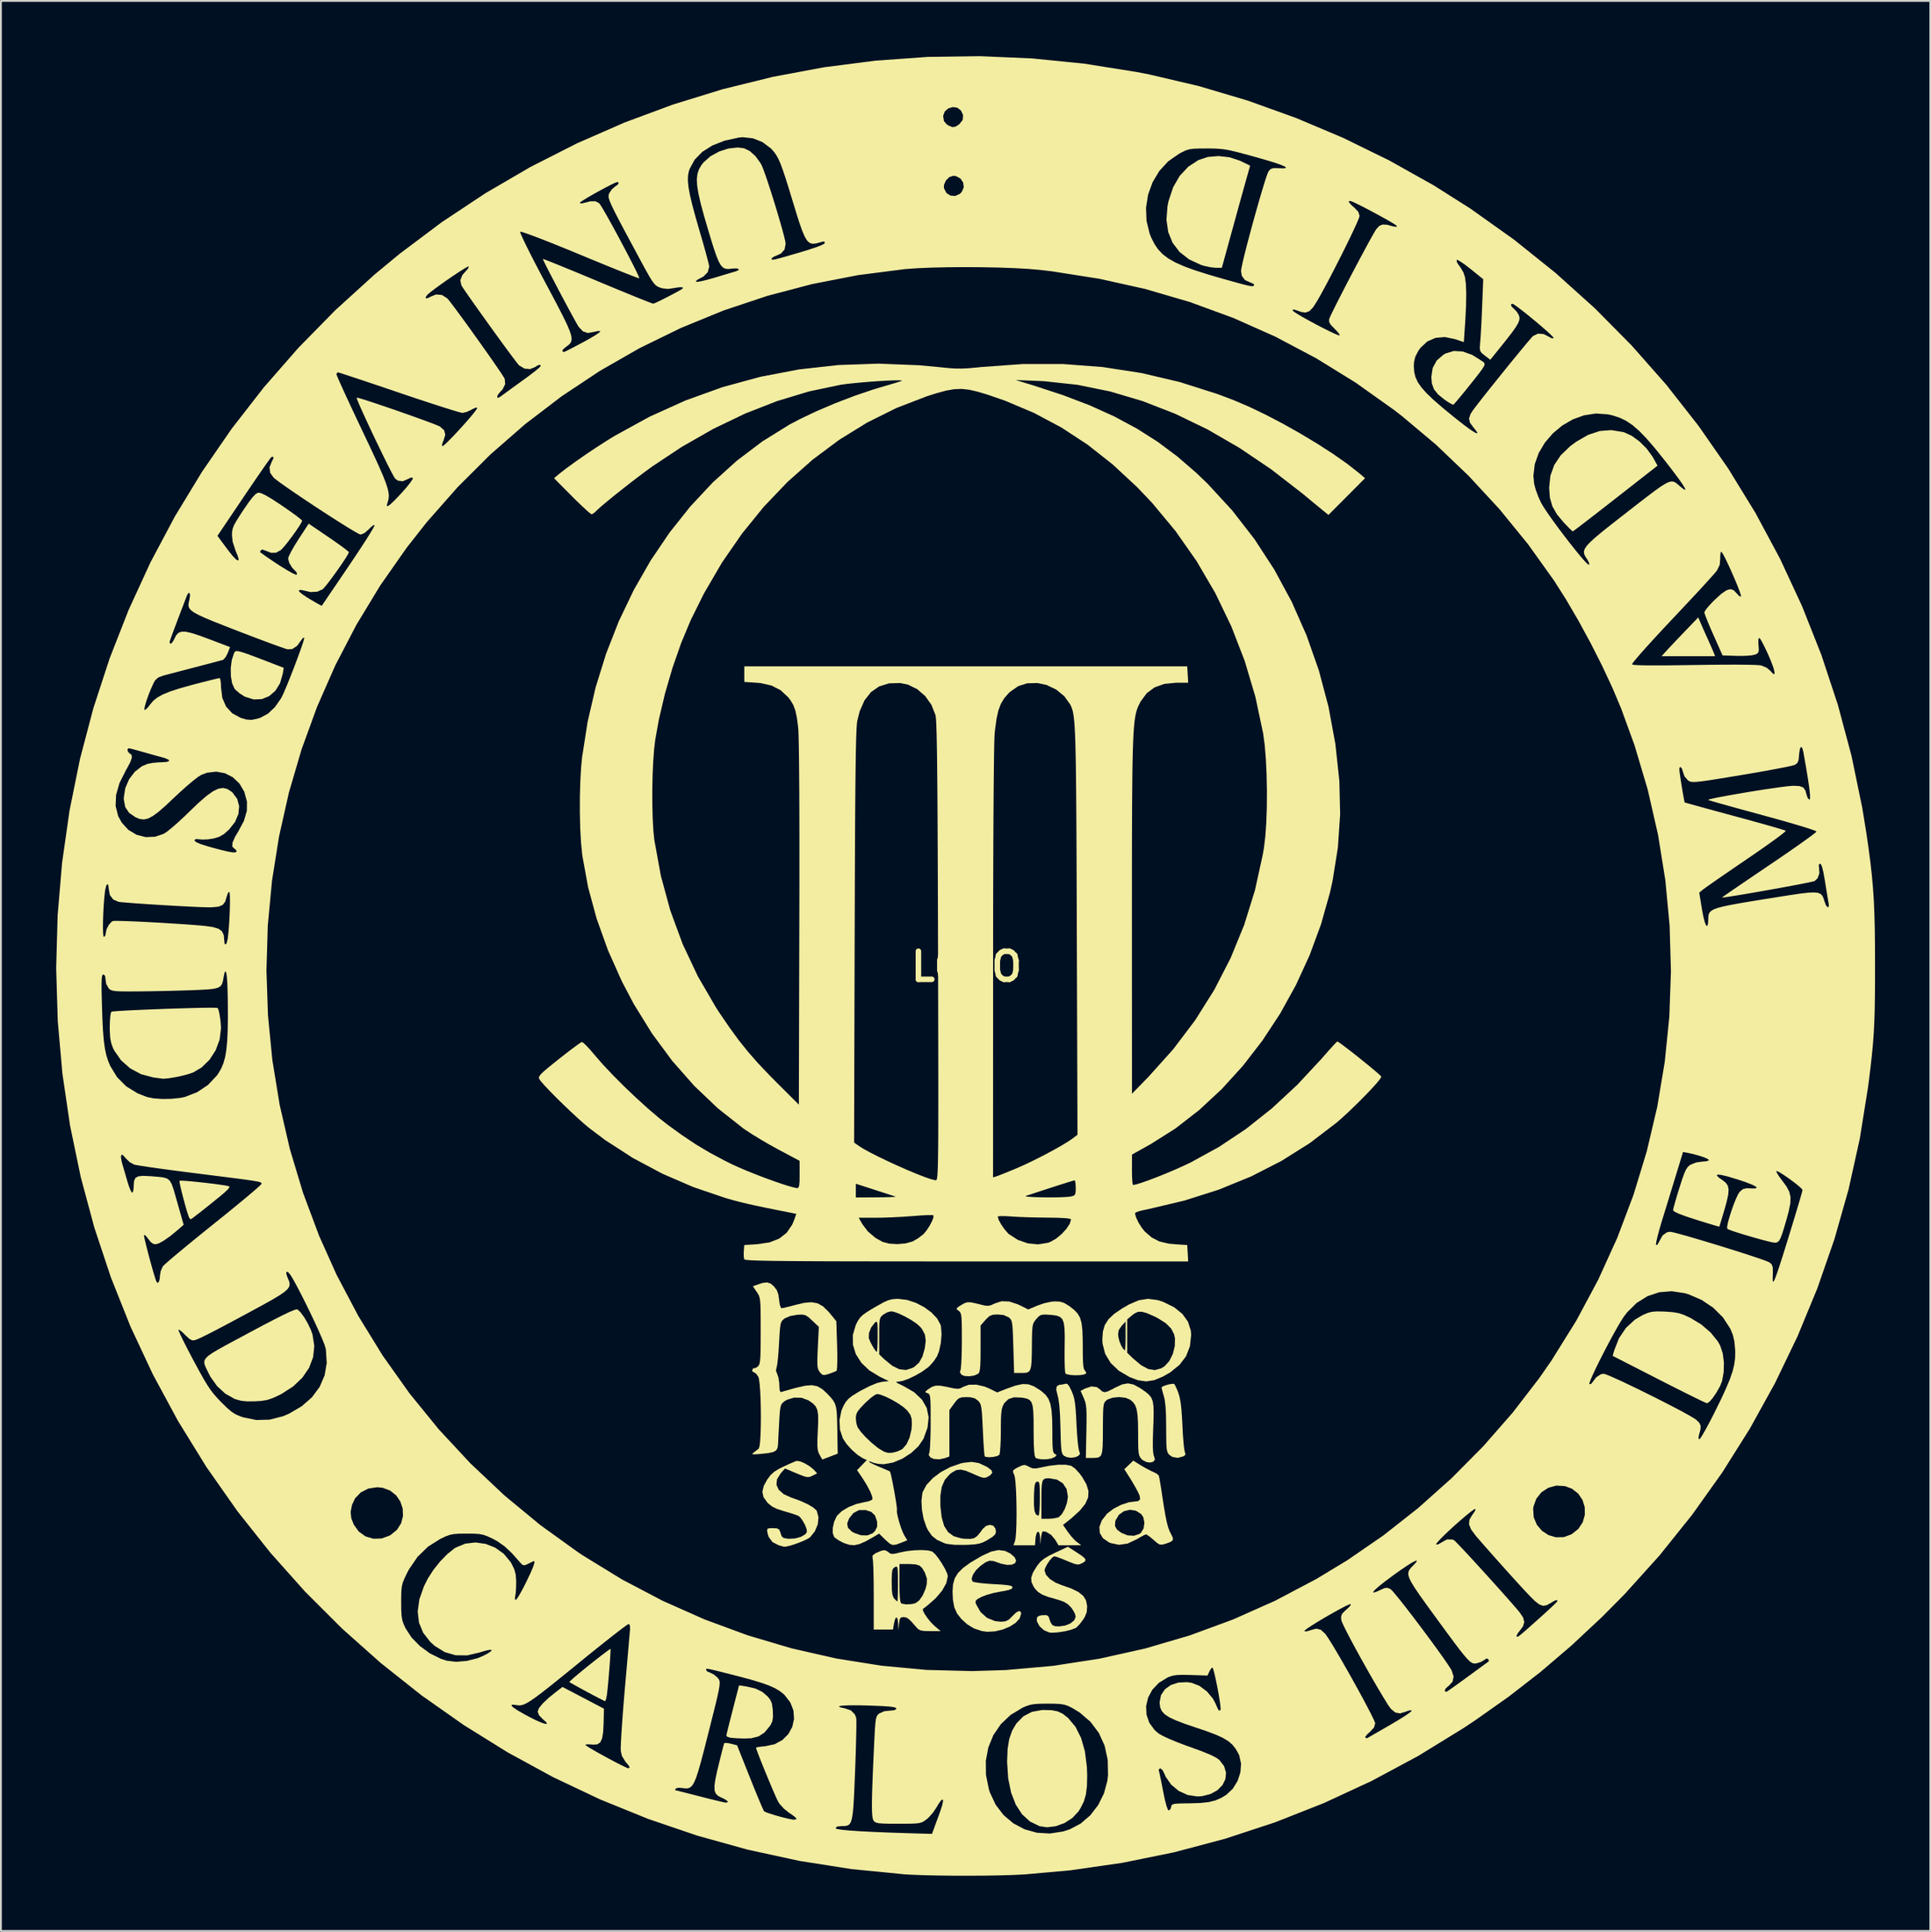
<source format=kicad_pcb>
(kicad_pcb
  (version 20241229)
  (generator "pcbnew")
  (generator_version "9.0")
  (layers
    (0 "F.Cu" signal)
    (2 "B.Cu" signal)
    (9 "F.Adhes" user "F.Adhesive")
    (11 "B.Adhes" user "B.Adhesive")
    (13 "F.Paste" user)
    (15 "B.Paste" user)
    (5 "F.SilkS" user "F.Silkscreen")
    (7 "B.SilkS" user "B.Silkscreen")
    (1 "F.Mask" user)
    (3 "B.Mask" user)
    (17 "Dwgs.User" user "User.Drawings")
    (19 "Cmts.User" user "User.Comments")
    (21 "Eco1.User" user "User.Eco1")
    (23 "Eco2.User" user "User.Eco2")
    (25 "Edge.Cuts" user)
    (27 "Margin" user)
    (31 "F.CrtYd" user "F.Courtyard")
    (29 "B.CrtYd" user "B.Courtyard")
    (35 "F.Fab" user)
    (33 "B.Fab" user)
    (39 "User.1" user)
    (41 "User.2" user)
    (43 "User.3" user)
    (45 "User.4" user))
  (footprint "LOGO"
    (layer "F.Cu")
    (at 49.42 49.417)
    (property "Reference" "LOGO" (at 0 0 0) (layer "F.SilkS") (effects (font (size 1.524 1.524) (thickness 0.3))))
    (attr board_only exclude_from_pos_files exclude_from_bom)
    (fp_poly (pts (xy 39.873 -18.6) (xy 39.994 -18.324) (xy 40.146 -17.982) (xy 40.256 -17.738) (xy 40.388 -17.442) (xy 40.501 -17.183) (xy 40.561 -17.039) (xy 40.636 -16.849) (xy 37.73 -16.849) (xy 37.978 -17.124) (xy 38.134 -17.293) (xy 38.375 -17.549) (xy 38.667 -17.857) (xy 38.973 -18.176) (xy 39.72 -18.954)) (stroke (width 0) (type solid)) (fill yes) (layer "F.SilkS"))
    (fp_poly (pts (xy -39.545 -17.122) (xy -39.346 -17.073) (xy -39.045 -16.972) (xy -38.619 -16.815) (xy -38.355 -16.714) (xy -37.068 -16.218) (xy -37.121 -15.89) (xy -37.269 -15.38) (xy -37.522 -14.972) (xy -37.858 -14.682) (xy -38.254 -14.52) (xy -38.69 -14.501) (xy -39.143 -14.637) (xy -39.196 -14.663) (xy -39.458 -14.829) (xy -39.679 -15.019) (xy -39.741 -15.091) (xy -39.87 -15.381) (xy -39.938 -15.773) (xy -39.944 -16.209) (xy -39.889 -16.635) (xy -39.773 -16.993) (xy -39.718 -17.093) (xy -39.661 -17.127)) (stroke (width 0) (type solid)) (fill yes) (layer "F.SilkS"))
    (fp_poly (pts (xy 26.936 -33.388) (xy 27.453 -33.202) (xy 27.998 -32.859) (xy 28.057 -32.814) (xy 28.11 -32.76) (xy 28.126 -32.694) (xy 28.091 -32.593) (xy 27.995 -32.437) (xy 27.823 -32.204) (xy 27.565 -31.874) (xy 27.351 -31.606) (xy 27.058 -31.241) (xy 26.799 -30.926) (xy 26.595 -30.683) (xy 26.464 -30.535) (xy 26.426 -30.5) (xy 26.33 -30.533) (xy 26.143 -30.642) (xy 25.957 -30.767) (xy 25.598 -31.057) (xy 25.374 -31.338) (xy 25.261 -31.651) (xy 25.231 -32.006) (xy 25.305 -32.495) (xy 25.524 -32.899) (xy 25.887 -33.214) (xy 26.012 -33.284) (xy 26.453 -33.416)) (stroke (width 0) (type solid)) (fill yes) (layer "F.SilkS"))
    (fp_poly (pts (xy 14.268 -43.931) (xy 14.823 -43.751) (xy 14.873 -43.728) (xy 15.394 -43.476) (xy 15.156 -42.63) (xy 15.062 -42.294) (xy 14.933 -41.832) (xy 14.781 -41.283) (xy 14.616 -40.684) (xy 14.448 -40.073) (xy 14.388 -39.857) (xy 13.859 -37.931) (xy 13.512 -37.933) (xy 13.223 -37.964) (xy 12.883 -38.04) (xy 12.727 -38.088) (xy 12.079 -38.388) (xy 11.564 -38.791) (xy 11.185 -39.288) (xy 10.947 -39.872) (xy 10.853 -40.535) (xy 10.907 -41.268) (xy 10.965 -41.552) (xy 11.212 -42.296) (xy 11.571 -42.921) (xy 12.039 -43.421) (xy 12.595 -43.783) (xy 13.101 -43.948) (xy 13.676 -43.997)) (stroke (width 0) (type solid)) (fill yes) (layer "F.SilkS"))
    (fp_poly (pts (xy -11.954 39.073) (xy -11.465 39.184) (xy -11.088 39.367) (xy -10.799 39.615) (xy -10.651 39.8) (xy -10.568 39.999) (xy -10.526 40.278) (xy -10.516 40.409) (xy -10.508 40.731) (xy -10.541 40.954) (xy -10.629 41.146) (xy -10.684 41.231) (xy -10.97 41.574) (xy -11.291 41.785) (xy -11.689 41.884) (xy -12.056 41.898) (xy -12.387 41.888) (xy -12.672 41.87) (xy -12.848 41.85) (xy -12.997 41.797) (xy -13.039 41.747) (xy -13.031 41.698) (xy -13.007 41.585) (xy -12.96 41.394) (xy -12.889 41.107) (xy -12.787 40.709) (xy -12.652 40.183) (xy -12.479 39.513) (xy -12.434 39.34) (xy -12.35 39.014)) (stroke (width 0) (type solid)) (fill yes) (layer "F.SilkS"))
    (fp_poly (pts (xy -42.402 11.63) (xy -42.076 11.657) (xy -41.687 11.696) (xy -41.27 11.742) (xy -40.861 11.791) (xy -40.493 11.841) (xy -40.203 11.886) (xy -40.07 11.912) (xy -40.017 11.942) (xy -40.028 12.003) (xy -40.118 12.11) (xy -40.3 12.278) (xy -40.589 12.521) (xy -40.978 12.836) (xy -41.345 13.129) (xy -41.664 13.38) (xy -41.914 13.573) (xy -42.071 13.689) (xy -42.114 13.716) (xy -42.187 13.657) (xy -42.19 13.652) (xy -42.246 13.513) (xy -42.326 13.264) (xy -42.418 12.943) (xy -42.514 12.59) (xy -42.603 12.243) (xy -42.675 11.94) (xy -42.719 11.721) (xy -42.726 11.625) (xy -42.725 11.624) (xy -42.63 11.618)) (stroke (width 0) (type solid)) (fill yes) (layer "F.SilkS"))
    (fp_poly (pts (xy -19.324 37.122) (xy -19.335 37.344) (xy -19.355 37.664) (xy -19.384 38.048) (xy -19.418 38.459) (xy -19.454 38.863) (xy -19.489 39.224) (xy -19.521 39.508) (xy -19.522 39.518) (xy -19.563 39.736) (xy -19.609 39.859) (xy -19.627 39.871) (xy -19.72 39.83) (xy -19.93 39.723) (xy -20.228 39.568) (xy -20.583 39.378) (xy -20.606 39.366) (xy -20.961 39.173) (xy -21.258 39.009) (xy -21.468 38.891) (xy -21.561 38.835) (xy -21.562 38.834) (xy -21.511 38.772) (xy -21.348 38.624) (xy -21.093 38.407) (xy -20.767 38.138) (xy -20.475 37.902) (xy -20.105 37.609) (xy -19.783 37.36) (xy -19.532 37.17) (xy -19.373 37.057) (xy -19.327 37.033)) (stroke (width 0) (type solid)) (fill yes) (layer "F.SilkS"))
    (fp_poly (pts (xy 35.638 -29.017) (xy 35.709 -28.996) (xy 36.115 -28.809) (xy 36.534 -28.502) (xy 36.923 -28.114) (xy 37.236 -27.684) (xy 37.276 -27.615) (xy 37.51 -27.191) (xy 35.227 -25.406) (xy 34.689 -24.986) (xy 34.194 -24.601) (xy 33.758 -24.264) (xy 33.396 -23.985) (xy 33.124 -23.778) (xy 32.957 -23.654) (xy 32.91 -23.622) (xy 32.84 -23.679) (xy 32.685 -23.83) (xy 32.476 -24.044) (xy 32.435 -24.088) (xy 32.051 -24.546) (xy 31.802 -24.984) (xy 31.667 -25.449) (xy 31.627 -25.99) (xy 31.627 -25.993) (xy 31.694 -26.643) (xy 31.902 -27.227) (xy 32.258 -27.758) (xy 32.77 -28.249) (xy 33.103 -28.495) (xy 33.747 -28.864) (xy 34.372 -29.071) (xy 34.996 -29.121)) (stroke (width 0) (type solid)) (fill yes) (layer "F.SilkS"))
    (fp_poly (pts (xy 4.626 40.362) (xy 4.952 40.426) (xy 5.225 40.558) (xy 5.504 40.778) (xy 5.512 40.785) (xy 5.911 41.257) (xy 6.216 41.864) (xy 6.425 42.595) (xy 6.533 43.444) (xy 6.549 43.9) (xy 6.536 44.474) (xy 6.48 44.929) (xy 6.37 45.311) (xy 6.193 45.668) (xy 6.074 45.857) (xy 5.747 46.211) (xy 5.323 46.484) (xy 4.846 46.658) (xy 4.364 46.717) (xy 3.959 46.656) (xy 3.446 46.406) (xy 3.015 46.014) (xy 2.672 45.488) (xy 2.419 44.837) (xy 2.261 44.068) (xy 2.203 43.189) (xy 2.203 43.132) (xy 2.229 42.465) (xy 2.317 41.924) (xy 2.475 41.472) (xy 2.707 41.079) (xy 3.085 40.692) (xy 3.551 40.449) (xy 4.105 40.35) (xy 4.191 40.348)) (stroke (width 0) (type solid)) (fill yes) (layer "F.SilkS"))
    (fp_poly (pts (xy 5.469 22.651) (xy 5.576 22.781) (xy 5.706 23.043) (xy 5.786 23.244) (xy 5.845 23.455) (xy 5.889 23.712) (xy 5.923 24.047) (xy 5.952 24.497) (xy 5.969 24.851) (xy 5.996 25.331) (xy 6.03 25.748) (xy 6.067 26.072) (xy 6.105 26.273) (xy 6.124 26.319) (xy 6.159 26.451) (xy 6.067 26.559) (xy 5.889 26.632) (xy 5.667 26.658) (xy 5.442 26.626) (xy 5.29 26.552) (xy 5.229 26.493) (xy 5.184 26.401) (xy 5.152 26.249) (xy 5.13 26.013) (xy 5.114 25.665) (xy 5.101 25.18) (xy 5.099 25.049) (xy 5.075 24.359) (xy 5.037 23.826) (xy 4.984 23.439) (xy 4.938 23.252) (xy 4.868 22.956) (xy 4.896 22.78) (xy 5.031 22.701) (xy 5.137 22.692) (xy 5.3 22.662) (xy 5.37 22.639)) (stroke (width 0) (type solid)) (fill yes) (layer "F.SilkS"))
    (fp_poly (pts (xy 11.268 22.653) (xy 11.332 22.75) (xy 11.426 22.955) (xy 11.498 23.137) (xy 11.57 23.382) (xy 11.627 23.693) (xy 11.67 24.1) (xy 11.705 24.631) (xy 11.719 24.931) (xy 11.744 25.397) (xy 11.775 25.807) (xy 11.809 26.13) (xy 11.844 26.333) (xy 11.863 26.385) (xy 11.886 26.493) (xy 11.78 26.579) (xy 11.473 26.665) (xy 11.177 26.615) (xy 11.007 26.501) (xy 10.942 26.422) (xy 10.896 26.32) (xy 10.865 26.165) (xy 10.848 25.93) (xy 10.84 25.585) (xy 10.837 25.103) (xy 10.837 25.032) (xy 10.829 24.384) (xy 10.803 23.885) (xy 10.758 23.517) (xy 10.711 23.318) (xy 10.639 23.07) (xy 10.593 22.892) (xy 10.584 22.843) (xy 10.656 22.784) (xy 10.828 22.718) (xy 11.034 22.665) (xy 11.207 22.643)) (stroke (width 0) (type solid)) (fill yes) (layer "F.SilkS"))
    (fp_poly (pts (xy 37.799 18.721) (xy 37.931 18.727) (xy 38.337 18.756) (xy 38.647 18.808) (xy 38.935 18.903) (xy 39.275 19.058) (xy 39.299 19.07) (xy 39.885 19.424) (xy 40.39 19.857) (xy 40.778 20.335) (xy 40.909 20.565) (xy 41.049 20.986) (xy 41.113 21.49) (xy 41.101 22.012) (xy 41.015 22.491) (xy 40.904 22.775) (xy 40.699 23.134) (xy 40.498 23.427) (xy 40.323 23.625) (xy 40.197 23.7) (xy 40.191 23.7) (xy 40.094 23.661) (xy 39.865 23.554) (xy 39.521 23.387) (xy 39.083 23.17) (xy 38.568 22.912) (xy 37.994 22.622) (xy 37.583 22.412) (xy 35.076 21.13) (xy 35.158 20.831) (xy 35.417 20.172) (xy 35.798 19.608) (xy 36.285 19.159) (xy 36.725 18.902) (xy 36.975 18.798) (xy 37.198 18.738) (xy 37.453 18.716)) (stroke (width 0) (type solid)) (fill yes) (layer "F.SilkS"))
    (fp_poly (pts (xy -36.322 18.607) (xy -36.154 18.764) (xy -35.958 19.032) (xy -35.763 19.364) (xy -35.597 19.712) (xy -35.507 19.964) (xy -35.408 20.587) (xy -35.471 21.195) (xy -35.689 21.773) (xy -36.053 22.309) (xy -36.556 22.788) (xy -37.191 23.196) (xy -37.303 23.253) (xy -37.666 23.421) (xy -37.963 23.521) (xy -38.273 23.573) (xy -38.634 23.596) (xy -39.059 23.599) (xy -39.383 23.565) (xy -39.673 23.485) (xy -39.755 23.454) (xy -40.242 23.178) (xy -40.684 22.771) (xy -41.045 22.267) (xy -41.154 22.056) (xy -41.257 21.844) (xy -41.336 21.672) (xy -41.379 21.527) (xy -41.374 21.397) (xy -41.309 21.27) (xy -41.171 21.133) (xy -40.948 20.975) (xy -40.627 20.782) (xy -40.196 20.543) (xy -39.643 20.245) (xy -38.954 19.877) (xy -38.947 19.873) (xy -38.2 19.475) (xy -37.591 19.157) (xy -37.112 18.915) (xy -36.753 18.744) (xy -36.506 18.642) (xy -36.362 18.602)) (stroke (width 0) (type solid)) (fill yes) (layer "F.SilkS"))
    (fp_poly (pts (xy -40.756 2.235) (xy -40.654 2.246) (xy -40.654 2.246) (xy -40.602 2.366) (xy -40.55 2.602) (xy -40.505 2.899) (xy -40.478 3.205) (xy -40.473 3.356) (xy -40.547 3.961) (xy -40.761 4.538) (xy -41.094 5.054) (xy -41.525 5.474) (xy -41.986 5.746) (xy -42.248 5.836) (xy -42.595 5.927) (xy -42.971 6.006) (xy -43.319 6.063) (xy -43.582 6.086) (xy -43.646 6.084) (xy -43.772 6.067) (xy -44.005 6.035) (xy -44.177 6.01) (xy -44.821 5.836) (xy -45.403 5.523) (xy -45.893 5.092) (xy -46.266 4.561) (xy -46.338 4.413) (xy -46.435 4.145) (xy -46.49 3.844) (xy -46.511 3.453) (xy -46.512 3.278) (xy -46.502 2.934) (xy -46.477 2.653) (xy -46.442 2.48) (xy -46.426 2.451) (xy -46.33 2.433) (xy -46.089 2.413) (xy -45.726 2.39) (xy -45.267 2.366) (xy -44.736 2.342) (xy -44.155 2.318) (xy -43.55 2.295) (xy -42.945 2.275) (xy -42.363 2.258) (xy -41.829 2.244) (xy -41.367 2.235) (xy -41.002 2.232)) (stroke (width 0) (type solid)) (fill yes) (layer "F.SilkS"))
    (fp_poly (pts (xy 0.668 26.948) (xy 1.077 27.138) (xy 1.15 27.182) (xy 1.355 27.341) (xy 1.398 27.476) (xy 1.279 27.611) (xy 1.166 27.681) (xy 1.044 27.738) (xy 0.92 27.747) (xy 0.751 27.701) (xy 0.492 27.593) (xy 0.344 27.525) (xy -0.037 27.366) (xy -0.322 27.301) (xy -0.556 27.33) (xy -0.784 27.455) (xy -0.919 27.561) (xy -1.18 27.858) (xy -1.346 28.24) (xy -1.422 28.729) (xy -1.42 29.287) (xy -1.351 29.897) (xy -1.215 30.362) (xy -1.002 30.697) (xy -0.7 30.915) (xy -0.298 31.033) (xy -0.095 31.056) (xy 0.2 31.065) (xy 0.408 31.025) (xy 0.578 30.908) (xy 0.761 30.687) (xy 0.872 30.53) (xy 1.057 30.361) (xy 1.269 30.3) (xy 1.457 30.35) (xy 1.571 30.511) (xy 1.573 30.518) (xy 1.597 30.687) (xy 1.552 30.819) (xy 1.41 30.951) (xy 1.145 31.118) (xy 1.12 31.133) (xy 0.906 31.246) (xy 0.697 31.318) (xy 0.443 31.36) (xy 0.092 31.383) (xy -0.082 31.389) (xy -0.654 31.385) (xy -1.067 31.335) (xy -1.206 31.296) (xy -1.603 31.115) (xy -1.882 30.894) (xy -2.095 30.587) (xy -2.179 30.417) (xy -2.331 29.978) (xy -2.422 29.485) (xy -2.448 29.002) (xy -2.4 28.59) (xy -2.376 28.508) (xy -2.174 28.132) (xy -1.835 27.767) (xy -1.393 27.436) (xy -0.879 27.163) (xy -0.326 26.969) (xy -0.169 26.933) (xy 0.276 26.884)) (stroke (width 0) (type solid)) (fill yes) (layer "F.SilkS"))
    (fp_poly (pts (xy 10.375 18.101) (xy 10.672 18.197) (xy 11.263 18.487) (xy 11.715 18.849) (xy 12.022 19.277) (xy 12.175 19.76) (xy 12.192 19.999) (xy 12.124 20.614) (xy 11.915 21.151) (xy 11.56 21.619) (xy 11.051 22.027) (xy 10.67 22.246) (xy 10.186 22.448) (xy 9.745 22.515) (xy 9.296 22.449) (xy 8.841 22.275) (xy 8.262 21.933) (xy 7.821 21.511) (xy 7.525 21.019) (xy 7.511 20.963) (xy 8.721 20.963) (xy 9.038 21.268) (xy 9.473 21.633) (xy 9.862 21.843) (xy 10.219 21.9) (xy 10.559 21.809) (xy 10.751 21.691) (xy 11.006 21.41) (xy 11.197 21.025) (xy 11.305 20.593) (xy 11.313 20.171) (xy 11.267 19.959) (xy 11.103 19.642) (xy 10.819 19.358) (xy 10.397 19.09) (xy 10.16 18.971) (xy 9.783 18.807) (xy 9.509 18.732) (xy 9.294 18.743) (xy 9.098 18.84) (xy 8.981 18.931) (xy 8.721 19.15) (xy 8.721 20.963) (xy 7.511 20.963) (xy 7.382 20.467) (xy 7.37 20.235) (xy 7.391 19.941) (xy 8.225 19.941) (xy 8.238 20.085) (xy 8.295 20.322) (xy 8.391 20.561) (xy 8.498 20.748) (xy 8.592 20.828) (xy 8.596 20.828) (xy 8.613 20.75) (xy 8.626 20.539) (xy 8.633 20.234) (xy 8.633 20.045) (xy 8.631 19.262) (xy 8.413 19.51) (xy 8.264 19.723) (xy 8.225 19.941) (xy 7.391 19.941) (xy 7.4 19.812) (xy 7.503 19.458) (xy 7.699 19.147) (xy 8.007 18.854) (xy 8.445 18.555) (xy 8.813 18.342) (xy 9.346 18.11) (xy 9.853 18.031)) (stroke (width 0) (type solid)) (fill yes) (layer "F.SilkS"))
    (fp_poly (pts (xy 9.457 27.069) (xy 9.74 27.234) (xy 10.013 27.374) (xy 10.133 27.427) (xy 10.326 27.525) (xy 10.435 27.623) (xy 10.438 27.63) (xy 10.464 27.749) (xy 10.508 27.998) (xy 10.564 28.34) (xy 10.619 28.702) (xy 10.715 29.324) (xy 10.797 29.803) (xy 10.873 30.168) (xy 10.947 30.443) (xy 11.027 30.655) (xy 11.105 30.81) (xy 11.202 31.009) (xy 11.196 31.138) (xy 11.065 31.233) (xy 10.814 31.324) (xy 10.62 31.376) (xy 10.481 31.367) (xy 10.333 31.276) (xy 10.157 31.122) (xy 9.955 30.952) (xy 9.798 30.842) (xy 9.742 30.819) (xy 9.632 30.86) (xy 9.43 30.969) (xy 9.239 31.083) (xy 8.745 31.316) (xy 8.274 31.384) (xy 7.818 31.289) (xy 7.726 31.249) (xy 7.405 31.027) (xy 7.233 30.742) (xy 7.211 30.414) (xy 7.231 30.361) (xy 8.058 30.361) (xy 8.167 30.557) (xy 8.4 30.733) (xy 8.744 30.872) (xy 9.09 30.892) (xy 9.386 30.793) (xy 9.467 30.731) (xy 9.612 30.492) (xy 9.656 30.189) (xy 9.597 29.893) (xy 9.485 29.72) (xy 9.192 29.532) (xy 8.864 29.483) (xy 8.543 29.56) (xy 8.273 29.752) (xy 8.094 30.048) (xy 8.073 30.118) (xy 8.058 30.361) (xy 7.231 30.361) (xy 7.341 30.061) (xy 7.623 29.701) (xy 7.652 29.673) (xy 7.985 29.422) (xy 8.393 29.213) (xy 8.808 29.076) (xy 9.09 29.039) (xy 9.325 29.009) (xy 9.424 28.909) (xy 9.396 28.717) (xy 9.309 28.523) (xy 9.152 28.233) (xy 8.956 27.899) (xy 8.843 27.716) (xy 8.565 27.281) (xy 9.051 26.816)) (stroke (width 0) (type solid)) (fill yes) (layer "F.SilkS"))
    (fp_poly (pts (xy 2.097 31.717) (xy 2.379 31.859) (xy 2.61 32.061) (xy 2.69 32.237) (xy 2.639 32.375) (xy 2.474 32.459) (xy 2.215 32.476) (xy 1.881 32.411) (xy 1.723 32.356) (xy 1.451 32.263) (xy 1.247 32.248) (xy 1.049 32.323) (xy 0.798 32.497) (xy 0.746 32.536) (xy 0.513 32.76) (xy 0.35 33.001) (xy 0.278 33.218) (xy 0.317 33.371) (xy 0.319 33.373) (xy 0.435 33.412) (xy 0.683 33.452) (xy 1.029 33.488) (xy 1.436 33.516) (xy 1.454 33.517) (xy 1.902 33.543) (xy 2.207 33.572) (xy 2.391 33.606) (xy 2.479 33.651) (xy 2.498 33.697) (xy 2.446 33.774) (xy 2.276 33.84) (xy 1.965 33.904) (xy 1.842 33.924) (xy 1.464 33.999) (xy 1.097 34.101) (xy 0.817 34.208) (xy 0.811 34.211) (xy 0.59 34.332) (xy 0.494 34.427) (xy 0.492 34.536) (xy 0.512 34.598) (xy 0.759 35.033) (xy 1.11 35.348) (xy 1.545 35.525) (xy 1.867 35.56) (xy 2.115 35.536) (xy 2.301 35.44) (xy 2.478 35.264) (xy 2.697 35.054) (xy 2.859 34.975) (xy 2.949 35.032) (xy 2.963 35.125) (xy 2.884 35.378) (xy 2.67 35.614) (xy 2.353 35.82) (xy 1.968 35.981) (xy 1.549 36.081) (xy 1.129 36.106) (xy 0.823 36.064) (xy 0.396 35.92) (xy 0.036 35.7) (xy -0.282 35.409) (xy -0.515 35.115) (xy -0.663 34.784) (xy -0.74 34.372) (xy -0.76 33.916) (xy -0.735 33.534) (xy -0.643 33.208) (xy -0.467 32.917) (xy -0.189 32.638) (xy 0.21 32.35) (xy 0.748 32.031) (xy 0.855 31.972) (xy 1.334 31.752) (xy 1.74 31.668)) (stroke (width 0) (type solid)) (fill yes) (layer "F.SilkS"))
    (fp_poly (pts (xy 9.069 22.685) (xy 9.417 22.874) (xy 9.462 22.904) (xy 9.715 23.079) (xy 9.901 23.234) (xy 10.029 23.397) (xy 10.108 23.599) (xy 10.147 23.867) (xy 10.157 24.231) (xy 10.145 24.72) (xy 10.134 25.03) (xy 10.116 25.608) (xy 10.113 26.036) (xy 10.126 26.334) (xy 10.155 26.52) (xy 10.184 26.594) (xy 10.226 26.758) (xy 10.146 26.869) (xy 9.984 26.918) (xy 9.781 26.897) (xy 9.578 26.799) (xy 9.497 26.728) (xy 9.425 26.639) (xy 9.374 26.534) (xy 9.341 26.381) (xy 9.323 26.152) (xy 9.315 25.814) (xy 9.313 25.338) (xy 9.313 25.327) (xy 9.307 24.762) (xy 9.282 24.338) (xy 9.233 24.028) (xy 9.152 23.803) (xy 9.033 23.636) (xy 8.872 23.5) (xy 8.617 23.4) (xy 8.283 23.366) (xy 7.942 23.397) (xy 7.666 23.491) (xy 7.608 23.53) (xy 7.535 23.596) (xy 7.482 23.673) (xy 7.446 23.789) (xy 7.423 23.969) (xy 7.411 24.242) (xy 7.405 24.633) (xy 7.402 25.103) (xy 7.399 25.652) (xy 7.388 26.055) (xy 7.36 26.334) (xy 7.309 26.512) (xy 7.224 26.612) (xy 7.098 26.656) (xy 6.922 26.668) (xy 6.816 26.669) (xy 6.477 26.67) (xy 6.505 25.238) (xy 6.514 24.7) (xy 6.514 24.301) (xy 6.504 24.009) (xy 6.48 23.792) (xy 6.44 23.621) (xy 6.382 23.463) (xy 6.362 23.417) (xy 6.19 23.029) (xy 6.435 22.902) (xy 6.78 22.787) (xy 7.069 22.822) (xy 7.239 22.945) (xy 7.362 23.059) (xy 7.486 23.1) (xy 7.653 23.062) (xy 7.905 22.941) (xy 8.051 22.862) (xy 8.439 22.68) (xy 8.76 22.621)) (stroke (width 0) (type solid)) (fill yes) (layer "F.SilkS"))
    (fp_poly (pts (xy -9.041 26.853) (xy -8.794 26.957) (xy -8.534 27.11) (xy -8.319 27.282) (xy -8.299 27.303) (xy -8.111 27.503) (xy -8.362 27.634) (xy -8.499 27.694) (xy -8.626 27.711) (xy -8.79 27.677) (xy -9.037 27.585) (xy -9.234 27.503) (xy -9.855 27.242) (xy -10.092 27.508) (xy -10.288 27.82) (xy -10.32 28.121) (xy -10.196 28.398) (xy -9.922 28.638) (xy -9.503 28.827) (xy -9.483 28.833) (xy -9.033 28.994) (xy -8.638 29.173) (xy -8.333 29.351) (xy -8.151 29.512) (xy -8.131 29.543) (xy -8.037 29.887) (xy -8.076 30.273) (xy -8.237 30.655) (xy -8.496 30.977) (xy -8.653 31.076) (xy -8.912 31.194) (xy -9.221 31.314) (xy -9.526 31.415) (xy -9.776 31.478) (xy -9.904 31.488) (xy -10.009 31.462) (xy -10.2 31.408) (xy -10.209 31.405) (xy -10.539 31.234) (xy -10.745 30.948) (xy -10.805 30.75) (xy -10.83 30.578) (xy -10.788 30.501) (xy -10.637 30.481) (xy -10.512 30.48) (xy -10.286 30.493) (xy -10.17 30.556) (xy -10.106 30.71) (xy -10.094 30.755) (xy -10.035 30.925) (xy -9.939 31.01) (xy -9.751 31.047) (xy -9.63 31.056) (xy -9.296 31.037) (xy -8.988 30.95) (xy -8.757 30.814) (xy -8.668 30.695) (xy -8.678 30.542) (xy -8.764 30.316) (xy -8.894 30.078) (xy -9.036 29.887) (xy -9.123 29.815) (xy -9.274 29.756) (xy -9.535 29.67) (xy -9.856 29.575) (xy -9.906 29.56) (xy -10.292 29.436) (xy -10.564 29.301) (xy -10.776 29.128) (xy -10.816 29.086) (xy -11.022 28.797) (xy -11.085 28.505) (xy -11.006 28.18) (xy -10.823 27.846) (xy -10.645 27.605) (xy -10.445 27.422) (xy -10.169 27.253) (xy -9.943 27.141) (xy -9.64 27.001) (xy -9.388 26.892) (xy -9.233 26.832) (xy -9.216 26.828)) (stroke (width 0) (type solid)) (fill yes) (layer "F.SilkS"))
    (fp_poly (pts (xy 5.958 31.782) (xy 6.258 31.982) (xy 6.422 32.122) (xy 6.462 32.225) (xy 6.391 32.312) (xy 6.279 32.378) (xy 6.141 32.439) (xy 6.011 32.453) (xy 5.841 32.413) (xy 5.583 32.313) (xy 5.451 32.257) (xy 5.155 32.136) (xy 4.913 32.047) (xy 4.773 32.007) (xy 4.766 32.006) (xy 4.655 32.072) (xy 4.51 32.238) (xy 4.367 32.451) (xy 4.263 32.657) (xy 4.233 32.779) (xy 4.312 33.011) (xy 4.525 33.242) (xy 4.842 33.444) (xy 5.136 33.563) (xy 5.676 33.752) (xy 6.068 33.943) (xy 6.33 34.152) (xy 6.482 34.394) (xy 6.543 34.686) (xy 6.546 34.735) (xy 6.525 35.035) (xy 6.417 35.304) (xy 6.313 35.467) (xy 6.143 35.689) (xy 5.987 35.853) (xy 5.927 35.898) (xy 5.668 35.997) (xy 5.321 36.081) (xy 4.954 36.137) (xy 4.634 36.156) (xy 4.489 36.142) (xy 4.203 36.021) (xy 3.967 35.81) (xy 3.828 35.559) (xy 3.81 35.438) (xy 3.84 35.3) (xy 3.96 35.23) (xy 4.115 35.204) (xy 4.342 35.202) (xy 4.448 35.271) (xy 4.461 35.301) (xy 4.557 35.582) (xy 4.654 35.736) (xy 4.793 35.801) (xy 5.015 35.814) (xy 5.015 35.814) (xy 5.352 35.768) (xy 5.643 35.649) (xy 5.849 35.479) (xy 5.927 35.284) (xy 5.874 35.102) (xy 5.743 34.874) (xy 5.678 34.789) (xy 5.495 34.604) (xy 5.275 34.473) (xy 4.958 34.363) (xy 4.853 34.334) (xy 4.411 34.206) (xy 4.099 34.083) (xy 3.88 33.943) (xy 3.716 33.767) (xy 3.64 33.654) (xy 3.524 33.406) (xy 3.509 33.167) (xy 3.603 32.896) (xy 3.812 32.552) (xy 3.826 32.53) (xy 3.994 32.32) (xy 4.194 32.147) (xy 4.472 31.979) (xy 4.794 31.82) (xy 5.501 31.489)) (stroke (width 0) (type solid)) (fill yes) (layer "F.SilkS"))
    (fp_poly (pts (xy 5.664 27.09) (xy 5.677 27.095) (xy 5.887 27.242) (xy 6.131 27.506) (xy 6.28 27.708) (xy 6.511 28.109) (xy 6.619 28.472) (xy 6.599 28.817) (xy 6.445 29.162) (xy 6.15 29.527) (xy 5.708 29.93) (xy 5.476 30.116) (xy 5.236 30.303) (xy 5.495 30.68) (xy 5.692 30.934) (xy 5.899 31.155) (xy 5.989 31.231) (xy 6.223 31.406) (xy 5.606 31.409) (xy 4.99 31.411) (xy 4.811 31.108) (xy 4.591 30.845) (xy 4.323 30.683) (xy 4.148 30.649) (xy 4.096 30.725) (xy 4.052 30.914) (xy 4.041 31.009) (xy 4.009 31.369) (xy 3.994 31.002) (xy 3.958 30.757) (xy 3.89 30.667) (xy 3.815 30.726) (xy 3.756 30.931) (xy 3.742 31.058) (xy 3.716 31.411) (xy 2.544 31.411) (xy 2.627 31.194) (xy 2.664 31.007) (xy 2.69 30.69) (xy 2.707 30.277) (xy 2.711 29.972) (xy 4.064 29.972) (xy 4.451 29.972) (xy 4.727 29.952) (xy 4.955 29.903) (xy 5.008 29.881) (xy 5.177 29.716) (xy 5.332 29.441) (xy 5.449 29.113) (xy 5.501 28.79) (xy 5.501 28.757) (xy 5.431 28.354) (xy 5.228 28.045) (xy 4.907 27.845) (xy 4.486 27.771) (xy 4.473 27.771) (xy 4.309 27.779) (xy 4.196 27.822) (xy 4.125 27.925) (xy 4.085 28.116) (xy 4.068 28.421) (xy 4.064 28.866) (xy 4.064 28.923) (xy 4.064 29.972) (xy 2.711 29.972) (xy 2.714 29.803) (xy 2.712 29.3) (xy 2.71 29.238) (xy 3.658 29.238) (xy 3.692 29.552) (xy 3.766 29.734) (xy 3.882 29.801) (xy 3.905 29.803) (xy 3.935 29.724) (xy 3.959 29.509) (xy 3.975 29.194) (xy 3.979 28.865) (xy 3.977 28.455) (xy 3.967 28.187) (xy 3.945 28.032) (xy 3.906 27.964) (xy 3.845 27.954) (xy 3.831 27.956) (xy 3.76 27.992) (xy 3.713 28.09) (xy 3.683 28.28) (xy 3.665 28.594) (xy 3.659 28.775) (xy 3.658 29.238) (xy 2.71 29.238) (xy 2.701 28.805) (xy 2.681 28.349) (xy 2.654 27.968) (xy 2.619 27.695) (xy 2.586 27.58) (xy 2.52 27.431) (xy 2.537 27.337) (xy 2.664 27.246) (xy 2.801 27.174) (xy 3.019 27.072) (xy 3.161 27.049) (xy 3.301 27.1) (xy 3.38 27.145) (xy 3.57 27.231) (xy 3.767 27.24) (xy 3.991 27.196) (xy 4.501 27.092) (xy 4.978 27.039) (xy 5.379 27.037)) (stroke (width 0) (type solid)) (fill yes) (layer "F.SilkS"))
    (fp_poly (pts (xy -2.088 31.69) (xy -1.87 31.746) (xy -1.865 31.749) (xy -1.712 31.883) (xy -1.523 32.12) (xy -1.329 32.41) (xy -1.16 32.705) (xy -1.047 32.958) (xy -1.018 33.093) (xy -1.099 33.464) (xy -1.325 33.87) (xy -1.683 34.291) (xy -2.158 34.708) (xy -2.367 34.862) (xy -2.367 34.955) (xy -2.278 35.132) (xy -2.128 35.354) (xy -1.944 35.581) (xy -1.753 35.773) (xy -1.745 35.781) (xy -1.409 36.068) (xy -1.981 36.068) (xy -2.297 36.061) (xy -2.495 36.03) (xy -2.628 35.96) (xy -2.737 35.847) (xy -2.973 35.574) (xy -3.142 35.41) (xy -3.276 35.329) (xy -3.408 35.306) (xy -3.424 35.306) (xy -3.557 35.327) (xy -3.626 35.421) (xy -3.66 35.634) (xy -3.663 35.666) (xy -3.696 36.026) (xy -3.711 35.666) (xy -3.743 35.41) (xy -3.801 35.318) (xy -3.87 35.391) (xy -3.935 35.63) (xy -3.937 35.645) (xy -3.994 35.983) (xy -4.516 35.983) (xy -5.038 35.983) (xy -5.038 34.1) (xy -5.041 33.545) (xy -5.043 33.418) (xy -4.064 33.418) (xy -4.055 33.813) (xy -4.026 34.076) (xy -3.969 34.241) (xy -3.924 34.304) (xy -3.807 34.423) (xy -3.755 34.459) (xy -3.743 34.38) (xy -3.734 34.165) (xy -3.727 33.848) (xy -3.725 33.483) (xy -3.725 33.479) (xy -3.641 33.479) (xy -3.635 33.962) (xy -3.617 34.294) (xy -3.585 34.491) (xy -3.537 34.571) (xy -3.535 34.573) (xy -3.277 34.619) (xy -2.964 34.6) (xy -2.761 34.547) (xy -2.565 34.398) (xy -2.379 34.128) (xy -2.229 33.782) (xy -2.159 33.514) (xy -2.151 33.219) (xy -2.256 32.91) (xy -2.275 32.872) (xy -2.408 32.647) (xy -2.552 32.513) (xy -2.756 32.448) (xy -3.067 32.428) (xy -3.182 32.427) (xy -3.641 32.427) (xy -3.641 33.479) (xy -3.725 33.479) (xy -3.727 33.065) (xy -3.734 32.792) (xy -3.751 32.635) (xy -3.785 32.57) (xy -3.839 32.57) (xy -3.895 32.597) (xy -3.978 32.66) (xy -4.028 32.766) (xy -4.054 32.952) (xy -4.063 33.254) (xy -4.064 33.418) (xy -5.043 33.418) (xy -5.049 33.044) (xy -5.061 32.621) (xy -5.077 32.304) (xy -5.095 32.118) (xy -5.104 32.084) (xy -5.106 31.974) (xy -4.976 31.865) (xy -4.868 31.809) (xy -4.608 31.699) (xy -4.437 31.676) (xy -4.297 31.739) (xy -4.231 31.794) (xy -4.133 31.862) (xy -4.012 31.881) (xy -3.816 31.85) (xy -3.593 31.794) (xy -3.223 31.722) (xy -2.815 31.68) (xy -2.42 31.669)) (stroke (width 0) (type solid)) (fill yes) (layer "F.SilkS"))
    (fp_poly (pts (xy 3.357 22.671) (xy 3.659 22.781) (xy 3.99 22.99) (xy 4.099 23.072) (xy 4.299 23.251) (xy 4.446 23.46) (xy 4.548 23.724) (xy 4.613 24.073) (xy 4.646 24.533) (xy 4.657 25.132) (xy 4.657 25.181) (xy 4.659 25.666) (xy 4.668 26.007) (xy 4.686 26.231) (xy 4.716 26.364) (xy 4.761 26.432) (xy 4.797 26.452) (xy 4.886 26.504) (xy 4.842 26.575) (xy 4.775 26.627) (xy 4.584 26.706) (xy 4.313 26.745) (xy 4.034 26.742) (xy 3.812 26.696) (xy 3.742 26.653) (xy 3.699 26.54) (xy 3.669 26.293) (xy 3.65 25.901) (xy 3.641 25.354) (xy 3.641 25.142) (xy 3.638 24.572) (xy 3.623 24.149) (xy 3.588 23.848) (xy 3.524 23.646) (xy 3.422 23.521) (xy 3.272 23.448) (xy 3.067 23.406) (xy 2.975 23.393) (xy 2.57 23.38) (xy 2.273 23.475) (xy 2.057 23.688) (xy 2.03 23.73) (xy 1.962 23.862) (xy 1.915 24.018) (xy 1.885 24.23) (xy 1.869 24.533) (xy 1.862 24.957) (xy 1.862 25.188) (xy 1.856 25.628) (xy 1.84 26.012) (xy 1.818 26.307) (xy 1.79 26.477) (xy 1.781 26.499) (xy 1.659 26.569) (xy 1.443 26.615) (xy 1.208 26.631) (xy 1.028 26.607) (xy 0.986 26.583) (xy 0.969 26.489) (xy 0.948 26.255) (xy 0.924 25.91) (xy 0.9 25.482) (xy 0.884 25.151) (xy 0.859 24.631) (xy 0.836 24.254) (xy 0.809 23.99) (xy 0.775 23.812) (xy 0.729 23.693) (xy 0.665 23.604) (xy 0.626 23.563) (xy 0.45 23.435) (xy 0.22 23.377) (xy 0.004 23.368) (xy -0.257 23.379) (xy -0.424 23.435) (xy -0.567 23.573) (xy -0.677 23.719) (xy -0.931 24.071) (xy -0.931 26.59) (xy -1.149 26.672) (xy -1.483 26.746) (xy -1.791 26.721) (xy -1.962 26.641) (xy -2.055 26.506) (xy -2.027 26.411) (xy -2.002 26.29) (xy -1.981 26.03) (xy -1.964 25.659) (xy -1.952 25.207) (xy -1.949 24.75) (xy -1.949 24.204) (xy -1.953 23.804) (xy -1.963 23.525) (xy -1.982 23.345) (xy -2.012 23.24) (xy -2.055 23.185) (xy -2.115 23.157) (xy -2.12 23.155) (xy -2.234 23.11) (xy -2.221 23.053) (xy -2.098 22.952) (xy -1.885 22.812) (xy -1.677 22.746) (xy -1.424 22.747) (xy -1.07 22.811) (xy -1.007 22.826) (xy -0.692 22.893) (xy -0.492 22.918) (xy -0.354 22.899) (xy -0.23 22.837) (xy -0.195 22.815) (xy 0.125 22.697) (xy 0.529 22.691) (xy 0.972 22.792) (xy 1.228 22.899) (xy 1.665 23.113) (xy 2.185 22.909) (xy 2.663 22.739) (xy 3.039 22.659)) (stroke (width 0) (type solid)) (fill yes) (layer "F.SilkS"))
    (fp_poly (pts (xy 2.315 18.178) (xy 2.782 18.33) (xy 2.965 18.417) (xy 3.348 18.61) (xy 3.854 18.396) (xy 4.226 18.269) (xy 4.604 18.188) (xy 4.784 18.172) (xy 5.067 18.184) (xy 5.297 18.255) (xy 5.555 18.412) (xy 5.605 18.447) (xy 5.853 18.642) (xy 6.035 18.836) (xy 6.162 19.06) (xy 6.242 19.345) (xy 6.287 19.719) (xy 6.305 20.213) (xy 6.308 20.598) (xy 6.311 21.113) (xy 6.323 21.48) (xy 6.346 21.724) (xy 6.381 21.864) (xy 6.424 21.922) (xy 6.496 22.032) (xy 6.483 22.089) (xy 6.367 22.144) (xy 6.143 22.175) (xy 5.871 22.181) (xy 5.611 22.162) (xy 5.422 22.12) (xy 5.366 22.082) (xy 5.346 21.966) (xy 5.332 21.713) (xy 5.323 21.353) (xy 5.322 20.919) (xy 5.325 20.66) (xy 5.331 20.082) (xy 5.319 19.652) (xy 5.279 19.345) (xy 5.201 19.14) (xy 5.075 19.014) (xy 4.889 18.944) (xy 4.635 18.909) (xy 4.515 18.899) (xy 4.228 18.884) (xy 4.05 18.906) (xy 3.922 18.981) (xy 3.784 19.13) (xy 3.783 19.132) (xy 3.69 19.249) (xy 3.627 19.365) (xy 3.587 19.512) (xy 3.564 19.725) (xy 3.553 20.038) (xy 3.548 20.485) (xy 3.548 20.517) (xy 3.542 21.061) (xy 3.528 21.459) (xy 3.498 21.734) (xy 3.444 21.908) (xy 3.357 22.004) (xy 3.231 22.046) (xy 3.055 22.056) (xy 3.002 22.056) (xy 2.582 22.056) (xy 2.54 20.63) (xy 2.523 20.106) (xy 2.507 19.726) (xy 2.486 19.461) (xy 2.458 19.286) (xy 2.417 19.173) (xy 2.359 19.097) (xy 2.298 19.042) (xy 2.013 18.912) (xy 1.693 18.881) (xy 1.423 18.897) (xy 1.24 18.972) (xy 1.059 19.141) (xy 1.025 19.18) (xy 0.762 19.479) (xy 0.762 20.736) (xy 0.759 21.248) (xy 0.747 21.616) (xy 0.725 21.863) (xy 0.691 22.014) (xy 0.641 22.093) (xy 0.638 22.095) (xy 0.434 22.191) (xy 0.16 22.235) (xy -0.104 22.223) (xy -0.269 22.159) (xy -0.362 22.019) (xy -0.334 21.924) (xy -0.309 21.803) (xy -0.287 21.542) (xy -0.27 21.172) (xy -0.259 20.722) (xy -0.255 20.304) (xy -0.256 19.765) (xy -0.261 19.37) (xy -0.272 19.094) (xy -0.293 18.912) (xy -0.326 18.799) (xy -0.373 18.728) (xy -0.428 18.684) (xy -0.531 18.601) (xy -0.528 18.533) (xy -0.403 18.439) (xy -0.312 18.383) (xy -0.122 18.273) (xy 0.038 18.22) (xy 0.221 18.221) (xy 0.479 18.273) (xy 0.706 18.33) (xy 0.988 18.397) (xy 1.177 18.413) (xy 1.342 18.373) (xy 1.536 18.282) (xy 1.908 18.163)) (stroke (width 0) (type solid)) (fill yes) (layer "F.SilkS"))
    (fp_poly (pts (xy -10.633 17.205) (xy -10.461 17.352) (xy -10.3 17.562) (xy -10.213 17.809) (xy -10.178 18.074) (xy -10.139 18.345) (xy -10.082 18.51) (xy -10.042 18.542) (xy -9.918 18.521) (xy -9.679 18.464) (xy -9.375 18.384) (xy -9.334 18.373) (xy -8.815 18.25) (xy -8.409 18.216) (xy -8.079 18.278) (xy -7.788 18.445) (xy -7.498 18.728) (xy -7.394 18.85) (xy -7.07 19.245) (xy -7.027 20.566) (xy -7.017 21.022) (xy -7.017 21.417) (xy -7.026 21.72) (xy -7.044 21.902) (xy -7.058 21.939) (xy -7.179 21.997) (xy -7.392 22.078) (xy -7.468 22.104) (xy -7.688 22.167) (xy -7.817 22.158) (xy -7.923 22.065) (xy -7.967 22.009) (xy -8.033 21.91) (xy -8.075 21.793) (xy -8.097 21.625) (xy -8.1 21.374) (xy -8.089 21.007) (xy -8.074 20.679) (xy -8.019 19.555) (xy -8.383 19.209) (xy -8.597 19.015) (xy -8.759 18.916) (xy -8.938 18.886) (xy -9.2 18.899) (xy -9.203 18.9) (xy -9.567 18.965) (xy -9.852 19.084) (xy -9.888 19.108) (xy -9.979 19.182) (xy -10.043 19.264) (xy -10.088 19.386) (xy -10.12 19.576) (xy -10.146 19.864) (xy -10.171 20.279) (xy -10.182 20.49) (xy -10.21 20.931) (xy -10.244 21.313) (xy -10.279 21.604) (xy -10.312 21.771) (xy -10.323 21.794) (xy -10.344 21.942) (xy -10.283 22.098) (xy -10.211 22.312) (xy -10.168 22.601) (xy -10.163 22.721) (xy -10.149 22.974) (xy -10.106 23.084) (xy -10.046 23.088) (xy -9.915 23.047) (xy -9.667 22.976) (xy -9.349 22.887) (xy -9.241 22.858) (xy -8.761 22.748) (xy -8.393 22.719) (xy -8.097 22.778) (xy -7.833 22.931) (xy -7.604 23.14) (xy -7.398 23.356) (xy -7.249 23.536) (xy -7.147 23.714) (xy -7.083 23.923) (xy -7.047 24.198) (xy -7.029 24.571) (xy -7.018 25.077) (xy -7.017 25.135) (xy -6.995 26.437) (xy -7.413 26.596) (xy -7.647 26.684) (xy -7.798 26.742) (xy -7.832 26.754) (xy -7.869 26.689) (xy -7.96 26.529) (xy -7.981 26.492) (xy -8.044 26.359) (xy -8.082 26.204) (xy -8.099 25.991) (xy -8.097 25.685) (xy -8.077 25.249) (xy -8.074 25.184) (xy -8.053 24.684) (xy -8.059 24.319) (xy -8.103 24.056) (xy -8.195 23.863) (xy -8.345 23.708) (xy -8.564 23.556) (xy -8.595 23.537) (xy -8.96 23.402) (xy -9.368 23.395) (xy -9.753 23.513) (xy -9.895 23.6) (xy -9.994 23.684) (xy -10.061 23.783) (xy -10.105 23.934) (xy -10.136 24.17) (xy -10.161 24.528) (xy -10.17 24.689) (xy -10.193 25.104) (xy -10.214 25.489) (xy -10.228 25.792) (xy -10.234 25.926) (xy -10.259 26.127) (xy -10.338 26.262) (xy -10.5 26.35) (xy -10.775 26.408) (xy -11.134 26.447) (xy -11.436 26.471) (xy -11.594 26.473) (xy -11.633 26.448) (xy -11.576 26.391) (xy -11.557 26.377) (xy -11.379 26.241) (xy -11.282 26.162) (xy -11.24 26.042) (xy -11.207 25.783) (xy -11.184 25.417) (xy -11.17 24.973) (xy -11.165 24.481) (xy -11.169 23.973) (xy -11.182 23.479) (xy -11.203 23.028) (xy -11.233 22.653) (xy -11.27 22.382) (xy -11.305 22.263) (xy -11.427 22.092) (xy -11.549 22.014) (xy -11.557 22.013) (xy -11.64 21.957) (xy -11.629 21.883) (xy -11.564 21.793) (xy -11.532 21.798) (xy -11.443 21.784) (xy -11.331 21.704) (xy -11.279 21.644) (xy -11.24 21.556) (xy -11.213 21.417) (xy -11.194 21.203) (xy -11.183 20.893) (xy -11.178 20.464) (xy -11.176 19.892) (xy -11.176 19.768) (xy -11.177 19.173) (xy -11.18 18.722) (xy -11.188 18.39) (xy -11.205 18.152) (xy -11.231 17.984) (xy -11.27 17.861) (xy -11.325 17.756) (xy -11.387 17.662) (xy -11.598 17.352) (xy -11.408 17.28) (xy -11.064 17.168) (xy -10.821 17.142)) (stroke (width 0) (type solid)) (fill yes) (layer "F.SilkS"))
    (fp_poly (pts (xy -3.232 18.091) (xy -2.755 18.249) (xy -2.3 18.484) (xy -1.903 18.775) (xy -1.595 19.1) (xy -1.413 19.437) (xy -1.388 19.532) (xy -1.357 19.95) (xy -1.395 20.422) (xy -1.491 20.868) (xy -1.597 21.143) (xy -1.779 21.419) (xy -2.018 21.687) (xy -2.093 21.754) (xy -2.41 21.983) (xy -2.78 22.198) (xy -3.154 22.376) (xy -3.481 22.492) (xy -3.675 22.525) (xy -3.798 22.534) (xy -3.812 22.565) (xy -3.703 22.633) (xy -3.457 22.751) (xy -3.417 22.77) (xy -2.841 23.104) (xy -2.422 23.501) (xy -2.161 23.955) (xy -2.059 24.465) (xy -2.119 25.026) (xy -2.34 25.634) (xy -2.34 25.634) (xy -2.613 26.036) (xy -3.009 26.403) (xy -3.482 26.707) (xy -3.986 26.918) (xy -4.474 27.007) (xy -4.533 27.009) (xy -4.809 26.989) (xy -5.038 26.94) (xy -5.093 26.917) (xy -5.241 26.86) (xy -5.302 26.864) (xy -5.249 26.912) (xy -5.075 27.004) (xy -4.814 27.121) (xy -4.766 27.141) (xy -4.483 27.26) (xy -4.267 27.353) (xy -4.161 27.402) (xy -4.158 27.404) (xy -4.126 27.496) (xy -4.074 27.715) (xy -4.011 28.021) (xy -3.944 28.375) (xy -3.88 28.737) (xy -3.826 29.066) (xy -3.789 29.322) (xy -3.777 29.466) (xy -3.78 29.482) (xy -3.783 29.606) (xy -3.739 29.838) (xy -3.661 30.132) (xy -3.564 30.437) (xy -3.461 30.706) (xy -3.379 30.873) (xy -3.215 31.138) (xy -3.557 31.275) (xy -3.828 31.374) (xy -4.013 31.392) (xy -4.176 31.317) (xy -4.381 31.136) (xy -4.424 31.094) (xy -4.748 30.777) (xy -5.02 30.939) (xy -5.46 31.188) (xy -5.803 31.34) (xy -6.087 31.405) (xy -6.352 31.387) (xy -6.634 31.296) (xy -6.731 31.254) (xy -6.97 31.125) (xy -7.153 30.993) (xy -7.186 30.958) (xy -7.263 30.752) (xy -7.261 30.459) (xy -7.21 30.232) (xy -6.481 30.232) (xy -6.435 30.464) (xy -6.228 30.664) (xy -6.111 30.733) (xy -5.741 30.866) (xy -5.391 30.874) (xy -5.1 30.76) (xy -4.972 30.636) (xy -4.855 30.408) (xy -4.854 30.147) (xy -4.861 30.109) (xy -4.969 29.793) (xy -5.171 29.598) (xy -5.48 29.497) (xy -5.842 29.501) (xy -6.144 29.662) (xy -6.373 29.949) (xy -6.481 30.232) (xy -7.21 30.232) (xy -7.189 30.138) (xy -7.056 29.846) (xy -7.026 29.801) (xy -6.775 29.558) (xy -6.408 29.338) (xy -5.975 29.166) (xy -5.56 29.072) (xy -5.313 29.02) (xy -5.146 28.948) (xy -5.109 28.91) (xy -5.124 28.762) (xy -5.222 28.511) (xy -5.388 28.189) (xy -5.606 27.831) (xy -5.694 27.7) (xy -5.945 27.332) (xy -5.68 27.058) (xy -5.414 26.784) (xy -5.623 26.689) (xy -5.912 26.506) (xy -6.227 26.23) (xy -6.513 25.913) (xy -6.711 25.617) (xy -6.87 25.144) (xy -6.897 24.62) (xy -6.874 24.507) (xy -6.011 24.507) (xy -5.985 24.771) (xy -5.92 24.991) (xy -5.914 25.003) (xy -5.749 25.239) (xy -5.49 25.528) (xy -5.179 25.825) (xy -4.862 26.087) (xy -4.741 26.173) (xy -4.476 26.33) (xy -4.261 26.394) (xy -4.029 26.387) (xy -3.748 26.315) (xy -3.501 26.196) (xy -3.479 26.181) (xy -3.262 25.931) (xy -3.093 25.564) (xy -2.99 25.127) (xy -2.968 24.831) (xy -2.982 24.538) (xy -3.051 24.327) (xy -3.206 24.114) (xy -3.237 24.078) (xy -3.444 23.894) (xy -3.742 23.691) (xy -4.083 23.495) (xy -4.421 23.331) (xy -4.707 23.224) (xy -4.856 23.199) (xy -4.988 23.256) (xy -5.196 23.408) (xy -5.441 23.626) (xy -5.514 23.697) (xy -5.767 23.962) (xy -5.918 24.155) (xy -5.991 24.318) (xy -6.011 24.49) (xy -6.011 24.507) (xy -6.874 24.507) (xy -6.793 24.101) (xy -6.68 23.839) (xy -6.557 23.63) (xy -6.414 23.462) (xy -6.215 23.303) (xy -5.921 23.119) (xy -5.717 23.002) (xy -5.253 22.763) (xy -4.859 22.603) (xy -4.597 22.54) (xy -4.22 22.498) (xy -4.719 22.258) (xy -5.279 21.917) (xy -5.713 21.502) (xy -6.001 21.049) (xy -4.741 21.049) (xy -4.466 21.311) (xy -4.039 21.662) (xy -3.651 21.855) (xy -3.289 21.895) (xy -2.938 21.785) (xy -2.829 21.72) (xy -2.575 21.49) (xy -2.395 21.166) (xy -2.27 20.731) (xy -2.215 20.312) (xy -2.258 19.981) (xy -2.412 19.684) (xy -2.509 19.56) (xy -2.707 19.382) (xy -3 19.184) (xy -3.34 18.992) (xy -3.676 18.832) (xy -3.959 18.732) (xy -4.093 18.711) (xy -4.302 18.763) (xy -4.518 18.887) (xy -4.613 18.968) (xy -4.677 19.057) (xy -4.715 19.187) (xy -4.734 19.393) (xy -4.741 19.706) (xy -4.741 20.056) (xy -4.741 21.049) (xy -6.001 21.049) (xy -6.012 21.031) (xy -6.168 20.522) (xy -6.172 20.148) (xy -5.308 20.148) (xy -5.303 20.17) (xy -5.235 20.348) (xy -5.124 20.563) (xy -5.003 20.763) (xy -4.904 20.892) (xy -4.87 20.913) (xy -4.851 20.834) (xy -4.837 20.621) (xy -4.828 20.311) (xy -4.826 20.053) (xy -4.827 19.667) (xy -4.835 19.425) (xy -4.855 19.302) (xy -4.893 19.272) (xy -4.955 19.31) (xy -4.988 19.339) (xy -5.177 19.585) (xy -5.293 19.879) (xy -5.308 20.148) (xy -6.172 20.148) (xy -6.173 19.994) (xy -6.018 19.464) (xy -6.006 19.438) (xy -5.9 19.227) (xy -5.789 19.063) (xy -5.643 18.917) (xy -5.43 18.763) (xy -5.119 18.571) (xy -4.87 18.426) (xy -4.525 18.233) (xy -4.269 18.116) (xy -4.047 18.056) (xy -3.807 18.035) (xy -3.697 18.034)) (stroke (width 0) (type solid)) (fill yes) (layer "F.SilkS"))
    (fp_poly (pts (xy -2.575 -32.641) (xy -1.53 -32.543) (xy -1.031 -32.492) (xy -0.629 -32.464) (xy -0.263 -32.461) (xy 0.129 -32.48) (xy 0.607 -32.524) (xy 0.799 -32.544) (xy 3.037 -32.706) (xy 5.229 -32.707) (xy 7.378 -32.545) (xy 9.49 -32.22) (xy 11.571 -31.731) (xy 13.625 -31.078) (xy 14.52 -30.739) (xy 15.354 -30.382) (xy 16.254 -29.949) (xy 17.191 -29.459) (xy 18.131 -28.93) (xy 19.042 -28.382) (xy 19.893 -27.833) (xy 20.651 -27.302) (xy 21.284 -26.807) (xy 21.336 -26.764) (xy 21.632 -26.511) (xy 20.64 -25.514) (xy 19.647 -24.517) (xy 19.441 -24.683) (xy 19.305 -24.795) (xy 19.066 -24.991) (xy 18.755 -25.247) (xy 18.399 -25.541) (xy 18.233 -25.679) (xy 16.534 -26.995) (xy 14.812 -28.157) (xy 13.073 -29.163) (xy 11.319 -30.01) (xy 9.556 -30.696) (xy 7.789 -31.22) (xy 6.023 -31.579) (xy 4.261 -31.771) (xy 3.852 -31.792) (xy 2.667 -31.839) (xy 3.641 -31.542) (xy 5.238 -31.019) (xy 6.688 -30.465) (xy 8.012 -29.866) (xy 9.231 -29.213) (xy 10.367 -28.492) (xy 11.44 -27.692) (xy 12.472 -26.801) (xy 13.089 -26.208) (xy 14.419 -24.764) (xy 15.626 -23.209) (xy 16.704 -21.554) (xy 17.649 -19.808) (xy 18.457 -17.979) (xy 19.125 -16.077) (xy 19.647 -14.112) (xy 20.021 -12.092) (xy 20.238 -10.075) (xy 20.281 -8.275) (xy 20.158 -6.464) (xy 19.87 -4.658) (xy 19.729 -4.022) (xy 19.243 -2.299) (xy 18.624 -0.62) (xy 17.881 1) (xy 17.023 2.551) (xy 16.059 4.017) (xy 15 5.388) (xy 13.853 6.648) (xy 12.628 7.786) (xy 11.336 8.789) (xy 9.984 9.643) (xy 9.94 9.667) (xy 8.981 10.202) (xy 8.978 11.028) (xy 8.983 11.378) (xy 8.998 11.655) (xy 9.021 11.821) (xy 9.038 11.853) (xy 9.215 11.82) (xy 9.515 11.727) (xy 9.91 11.588) (xy 10.369 11.412) (xy 10.863 11.213) (xy 11.361 11.001) (xy 11.833 10.789) (xy 12.18 10.623) (xy 13.708 9.784) (xy 15.172 8.809) (xy 16.582 7.69) (xy 17.95 6.419) (xy 19.283 4.988) (xy 19.36 4.899) (xy 19.633 4.588) (xy 19.865 4.33) (xy 20.035 4.148) (xy 20.121 4.066) (xy 20.126 4.064) (xy 20.216 4.114) (xy 20.409 4.252) (xy 20.678 4.455) (xy 20.998 4.703) (xy 21.342 4.976) (xy 21.685 5.252) (xy 22 5.511) (xy 22.261 5.731) (xy 22.442 5.892) (xy 22.517 5.974) (xy 22.518 5.976) (xy 22.461 6.083) (xy 22.301 6.284) (xy 22.057 6.558) (xy 21.751 6.882) (xy 21.403 7.237) (xy 21.034 7.601) (xy 20.665 7.953) (xy 20.316 8.271) (xy 20.077 8.478) (xy 18.636 9.578) (xy 17.091 10.549) (xy 15.441 11.393) (xy 13.683 12.11) (xy 11.813 12.703) (xy 9.829 13.172) (xy 9.631 13.211) (xy 9.371 13.274) (xy 9.194 13.341) (xy 9.144 13.386) (xy 9.194 13.594) (xy 9.323 13.87) (xy 9.498 14.156) (xy 9.677 14.38) (xy 10.052 14.704) (xy 10.465 14.916) (xy 10.962 15.035) (xy 11.303 15.069) (xy 11.98 15.113) (xy 12.032 16.002) (xy 0.002 16.002) (xy -1.692 16.002) (xy -3.224 16.001) (xy -4.602 16) (xy -5.834 15.998) (xy -6.928 15.996) (xy -7.891 15.993) (xy -8.731 15.989) (xy -9.456 15.984) (xy -10.074 15.978) (xy -10.591 15.971) (xy -11.017 15.963) (xy -11.358 15.954) (xy -11.623 15.944) (xy -11.819 15.932) (xy -11.953 15.919) (xy -12.035 15.904) (xy -12.071 15.888) (xy -12.073 15.884) (xy -12.096 15.726) (xy -12.095 15.488) (xy -12.092 15.439) (xy -12.065 15.113) (xy -11.345 15.066) (xy -10.696 14.969) (xy -10.173 14.765) (xy -9.767 14.449) (xy -9.468 14.012) (xy -9.348 13.724) (xy -9.316 13.631) (xy -5.853 13.631) (xy -5.657 13.979) (xy -5.356 14.375) (xy -4.947 14.723) (xy -4.559 14.941) (xy -4.198 15.036) (xy -3.757 15.063) (xy -3.312 15.024) (xy -2.937 14.92) (xy -2.919 14.912) (xy -2.632 14.747) (xy -2.362 14.539) (xy -2.323 14.502) (xy -2.16 14.305) (xy -2.002 14.06) (xy -1.873 13.814) (xy -1.797 13.611) (xy -1.798 13.57) (xy 1.693 13.57) (xy 1.745 13.747) (xy 1.878 13.992) (xy 2.057 14.252) (xy 2.246 14.47) (xy 2.303 14.523) (xy 2.786 14.834) (xy 3.325 15.021) (xy 3.88 15.077) (xy 4.409 14.992) (xy 4.554 14.939) (xy 4.858 14.767) (xy 5.158 14.52) (xy 5.417 14.239) (xy 5.601 13.961) (xy 5.673 13.726) (xy 5.673 13.72) (xy 5.589 13.681) (xy 5.342 13.652) (xy 4.937 13.633) (xy 4.381 13.625) (xy 3.859 13.618) (xy 3.33 13.605) (xy 2.848 13.587) (xy 2.467 13.566) (xy 2.392 13.56) (xy 2.073 13.541) (xy 1.83 13.541) (xy 1.703 13.559) (xy 1.693 13.57) (xy -1.798 13.57) (xy -1.798 13.498) (xy -1.8 13.497) (xy -1.898 13.485) (xy -2.131 13.489) (xy -2.465 13.506) (xy -2.867 13.536) (xy -2.918 13.54) (xy -3.447 13.578) (xy -4.03 13.608) (xy -4.584 13.627) (xy -4.921 13.631) (xy -5.853 13.631) (xy -9.316 13.631) (xy -9.242 13.42) (xy -9.553 13.358) (xy -10.326 13.205) (xy -10.961 13.076) (xy -11.483 12.966) (xy -11.92 12.868) (xy -12.3 12.776) (xy -12.649 12.684) (xy -12.995 12.587) (xy -13.077 12.563) (xy -14.828 11.969) (xy -16.516 11.239) (xy -18.121 10.383) (xy -19.622 9.412) (xy -20.491 8.757) (xy -20.785 8.51) (xy -21.135 8.197) (xy -21.519 7.841) (xy -21.911 7.466) (xy -22.29 7.093) (xy -22.632 6.746) (xy -22.913 6.448) (xy -23.111 6.221) (xy -23.194 6.105) (xy -23.216 6.034) (xy -23.195 5.953) (xy -23.115 5.845) (xy -22.957 5.693) (xy -22.707 5.48) (xy -22.346 5.189) (xy -22.134 5.02) (xy -21.752 4.72) (xy -21.412 4.46) (xy -21.137 4.256) (xy -20.952 4.127) (xy -20.884 4.089) (xy -20.794 4.144) (xy -20.624 4.305) (xy -20.402 4.548) (xy -20.193 4.794) (xy -19.749 5.305) (xy -19.203 5.884) (xy -18.593 6.496) (xy -17.952 7.107) (xy -17.316 7.685) (xy -16.721 8.194) (xy -16.255 8.562) (xy -15.444 9.15) (xy -14.696 9.649) (xy -13.954 10.092) (xy -13.166 10.514) (xy -12.75 10.721) (xy -12.364 10.898) (xy -11.905 11.093) (xy -11.402 11.294) (xy -10.886 11.49) (xy -10.386 11.671) (xy -9.933 11.825) (xy -9.557 11.941) (xy -9.287 12.01) (xy -9.184 12.023) (xy -9.123 11.991) (xy -9.085 11.878) (xy -9.077 11.786) (xy -6.011 11.786) (xy -6.011 12.531) (xy -4.889 12.524) (xy -4.485 12.519) (xy -4.158 12.511) (xy -3.937 12.501) (xy -3.85 12.489) (xy -3.852 12.486) (xy -3.961 12.449) (xy -3.968 12.447) (xy 3.217 12.447) (xy 3.217 12.471) (xy 3.356 12.492) (xy 3.601 12.508) (xy 3.923 12.519) (xy 4.29 12.525) (xy 4.67 12.526) (xy 5.034 12.52) (xy 5.349 12.508) (xy 5.585 12.489) (xy 5.662 12.478) (xy 5.821 12.435) (xy 5.899 12.355) (xy 5.924 12.188) (xy 5.927 12.012) (xy 5.916 11.774) (xy 5.888 11.625) (xy 5.868 11.599) (xy 5.772 11.625) (xy 5.541 11.695) (xy 5.2 11.802) (xy 4.775 11.938) (xy 4.291 12.094) (xy 3.774 12.263) (xy 3.249 12.437) (xy 3.217 12.447) (xy -3.968 12.447) (xy -4.198 12.372) (xy -4.529 12.264) (xy -4.921 12.138) (xy -4.974 12.12) (xy -6.011 11.786) (xy -9.077 11.786) (xy -9.066 11.655) (xy -9.062 11.291) (xy -9.062 11.282) (xy -9.064 10.541) (xy -10.228 9.922) (xy -10.709 9.656) (xy -10.891 9.55) (xy -6.105 9.55) (xy -5.859 9.725) (xy -5.595 9.891) (xy -5.223 10.095) (xy -4.771 10.324) (xy -4.267 10.566) (xy -3.739 10.809) (xy -3.215 11.039) (xy -2.722 11.245) (xy -2.288 11.415) (xy -1.941 11.535) (xy -1.709 11.593) (xy -1.668 11.597) (xy -1.648 11.592) (xy -1.629 11.571) (xy -1.612 11.527) (xy -1.597 11.451) (xy -1.596 11.441) (xy 1.439 11.441) (xy 1.63 11.381) (xy 1.783 11.325) (xy 2.052 11.219) (xy 2.396 11.079) (xy 2.709 10.949) (xy 3.172 10.744) (xy 3.689 10.496) (xy 4.224 10.224) (xy 4.74 9.947) (xy 5.199 9.687) (xy 5.566 9.461) (xy 5.742 9.339) (xy 6.022 9.127) (xy 5.985 -1.935) (xy 5.98 -3.576) (xy 5.974 -5.058) (xy 5.969 -6.387) (xy 5.963 -7.574) (xy 5.956 -8.626) (xy 5.949 -9.553) (xy 5.94 -10.363) (xy 5.93 -11.065) (xy 5.918 -11.668) (xy 5.905 -12.181) (xy 5.889 -12.612) (xy 5.871 -12.971) (xy 5.85 -13.265) (xy 5.826 -13.504) (xy 5.799 -13.696) (xy 5.769 -13.851) (xy 5.734 -13.977) (xy 5.696 -14.083) (xy 5.654 -14.177) (xy 5.626 -14.232) (xy 5.305 -14.679) (xy 4.866 -15.039) (xy 4.348 -15.286) (xy 3.852 -15.391) (xy 3.289 -15.377) (xy 2.806 -15.224) (xy 2.37 -14.92) (xy 2.273 -14.828) (xy 2.039 -14.559) (xy 1.861 -14.26) (xy 1.727 -13.899) (xy 1.626 -13.444) (xy 1.547 -12.862) (xy 1.526 -12.656) (xy 1.515 -12.456) (xy 1.504 -12.094) (xy 1.494 -11.58) (xy 1.485 -10.922) (xy 1.477 -10.126) (xy 1.469 -9.203) (xy 1.462 -8.16) (xy 1.456 -7.005) (xy 1.451 -5.747) (xy 1.447 -4.393) (xy 1.444 -2.953) (xy 1.442 -1.434) (xy 1.442 -0.185) (xy 1.439 11.441) (xy -1.596 11.441) (xy -1.584 11.335) (xy -1.573 11.171) (xy -1.563 10.952) (xy -1.554 10.668) (xy -1.548 10.312) (xy -1.542 9.876) (xy -1.538 9.352) (xy -1.535 8.732) (xy -1.534 8.008) (xy -1.533 7.171) (xy -1.533 6.214) (xy -1.535 5.129) (xy -1.537 3.908) (xy -1.54 2.542) (xy -1.543 1.023) (xy -1.547 -0.656) (xy -1.548 -0.826) (xy -1.553 -2.612) (xy -1.558 -4.235) (xy -1.563 -5.703) (xy -1.569 -7.021) (xy -1.575 -8.197) (xy -1.582 -9.238) (xy -1.589 -10.15) (xy -1.597 -10.94) (xy -1.606 -11.615) (xy -1.616 -12.181) (xy -1.626 -12.645) (xy -1.638 -13.015) (xy -1.65 -13.296) (xy -1.664 -13.496) (xy -1.679 -13.621) (xy -1.686 -13.654) (xy -1.908 -14.212) (xy -2.247 -14.688) (xy -2.677 -15.059) (xy -3.173 -15.303) (xy -3.604 -15.392) (xy -4.218 -15.373) (xy -4.747 -15.207) (xy -5.19 -14.899) (xy -5.542 -14.449) (xy -5.801 -13.861) (xy -5.933 -13.335) (xy -5.95 -13.21) (xy -5.965 -13.017) (xy -5.979 -12.75) (xy -5.992 -12.4) (xy -6.003 -11.961) (xy -6.014 -11.425) (xy -6.023 -10.784) (xy -6.032 -10.031) (xy -6.04 -9.159) (xy -6.047 -8.159) (xy -6.054 -7.026) (xy -6.06 -5.75) (xy -6.065 -4.325) (xy -6.07 -2.743) (xy -6.074 -1.596) (xy -6.105 9.55) (xy -10.891 9.55) (xy -11.209 9.364) (xy -11.676 9.077) (xy -12.056 8.827) (xy -12.124 8.779) (xy -13.497 7.696) (xy -14.784 6.471) (xy -15.979 5.114) (xy -17.075 3.631) (xy -18.064 2.031) (xy -18.71 0.804) (xy -19.467 -0.891) (xy -20.08 -2.6) (xy -20.543 -4.303) (xy -20.85 -5.98) (xy -20.869 -6.122) (xy -20.931 -6.763) (xy -20.972 -7.525) (xy -20.992 -8.36) (xy -20.99 -9.22) (xy -20.981 -9.554) (xy -17.059 -9.554) (xy -17.056 -8.764) (xy -17.037 -8.02) (xy -16.999 -7.362) (xy -16.947 -6.858) (xy -16.593 -4.921) (xy -16.081 -3.042) (xy -15.411 -1.224) (xy -14.585 0.529) (xy -13.604 2.215) (xy -13.379 2.56) (xy -12.854 3.327) (xy -12.364 3.997) (xy -11.871 4.613) (xy -11.342 5.218) (xy -10.738 5.856) (xy -10.291 6.308) (xy -9.102 7.493) (xy -9.078 -2.328) (xy -9.074 -4.036) (xy -9.073 -5.606) (xy -9.073 -7.036) (xy -9.076 -8.322) (xy -9.08 -9.46) (xy -9.087 -10.448) (xy -9.095 -11.282) (xy -9.105 -11.959) (xy -9.117 -12.475) (xy -9.13 -12.828) (xy -9.141 -12.978) (xy -9.208 -13.499) (xy -9.292 -13.894) (xy -9.407 -14.204) (xy -9.567 -14.471) (xy -9.69 -14.628) (xy -10.097 -15.005) (xy -10.581 -15.254) (xy -11.169 -15.387) (xy -11.385 -15.407) (xy -12.065 -15.452) (xy -12.065 -16.298) (xy 11.98 -16.298) (xy 12.032 -15.409) (xy 11.371 -15.407) (xy 10.733 -15.344) (xy 10.205 -15.155) (xy 9.777 -14.835) (xy 9.441 -14.377) (xy 9.324 -14.139) (xy 9.272 -14.013) (xy 9.226 -13.873) (xy 9.185 -13.71) (xy 9.149 -13.516) (xy 9.117 -13.281) (xy 9.089 -12.995) (xy 9.065 -12.65) (xy 9.045 -12.236) (xy 9.027 -11.743) (xy 9.013 -11.163) (xy 9.002 -10.486) (xy 8.994 -9.703) (xy 8.987 -8.805) (xy 8.982 -7.782) (xy 8.979 -6.624) (xy 8.978 -5.323) (xy 8.977 -3.87) (xy 8.977 -2.607) (xy 8.98 6.9) (xy 9.888 5.969) (xy 11.221 4.483) (xy 12.408 2.913) (xy 13.446 1.264) (xy 14.334 -0.462) (xy 15.07 -2.261) (xy 15.652 -4.129) (xy 16.078 -6.062) (xy 16.144 -6.452) (xy 16.22 -7.078) (xy 16.272 -7.829) (xy 16.301 -8.666) (xy 16.306 -9.545) (xy 16.288 -10.425) (xy 16.248 -11.265) (xy 16.186 -12.024) (xy 16.101 -12.658) (xy 15.678 -14.65) (xy 15.1 -16.591) (xy 14.372 -18.471) (xy 13.501 -20.279) (xy 12.491 -22.005) (xy 11.347 -23.638) (xy 10.076 -25.168) (xy 9.261 -26.025) (xy 7.93 -27.26) (xy 6.564 -28.336) (xy 5.144 -29.265) (xy 3.656 -30.056) (xy 2.083 -30.72) (xy 1.143 -31.044) (xy 0.599 -31.208) (xy 0.144 -31.313) (xy -0.265 -31.358) (xy -0.67 -31.343) (xy -1.111 -31.265) (xy -1.63 -31.124) (xy -2.184 -30.947) (xy -3.818 -30.316) (xy -5.396 -29.531) (xy -6.91 -28.596) (xy -8.353 -27.52) (xy -9.718 -26.309) (xy -10.998 -24.97) (xy -12.186 -23.508) (xy -13.276 -21.932) (xy -14.259 -20.247) (xy -14.975 -18.804) (xy -15.494 -17.56) (xy -15.967 -16.206) (xy -16.377 -14.798) (xy -16.706 -13.393) (xy -16.899 -12.319) (xy -16.963 -11.77) (xy -17.012 -11.099) (xy -17.044 -10.346) (xy -17.059 -9.554) (xy -20.981 -9.554) (xy -20.967 -10.058) (xy -20.923 -10.827) (xy -20.873 -11.346) (xy -20.574 -13.27) (xy -20.138 -15.151) (xy -19.57 -16.979) (xy -18.878 -18.745) (xy -18.068 -20.438) (xy -17.146 -22.048) (xy -16.118 -23.566) (xy -14.992 -24.98) (xy -13.774 -26.282) (xy -12.469 -27.461) (xy -11.085 -28.507) (xy -9.629 -29.411) (xy -9.066 -29.71) (xy -8.15 -30.145) (xy -7.136 -30.577) (xy -6.092 -30.977) (xy -5.087 -31.319) (xy -4.657 -31.449) (xy -4.253 -31.566) (xy -3.907 -31.669) (xy -3.652 -31.748) (xy -3.521 -31.792) (xy -3.514 -31.795) (xy -3.531 -31.817) (xy -3.69 -31.825) (xy -3.963 -31.821) (xy -4.324 -31.806) (xy -4.745 -31.781) (xy -5.2 -31.75) (xy -5.662 -31.712) (xy -6.103 -31.671) (xy -6.497 -31.628) (xy -6.817 -31.584) (xy -6.839 -31.58) (xy -8.553 -31.22) (xy -10.283 -30.697) (xy -12.019 -30.019) (xy -13.747 -29.189) (xy -15.456 -28.213) (xy -17.032 -27.168) (xy -17.41 -26.894) (xy -17.838 -26.573) (xy -18.291 -26.225) (xy -18.745 -25.87) (xy -19.173 -25.528) (xy -19.55 -25.22) (xy -19.853 -24.964) (xy -20.054 -24.781) (xy -20.1 -24.733) (xy -20.249 -24.602) (xy -20.356 -24.553) (xy -20.444 -24.611) (xy -20.629 -24.769) (xy -20.887 -25.009) (xy -21.198 -25.309) (xy -21.422 -25.532) (xy -22.394 -26.511) (xy -22.14 -26.723) (xy -21.765 -27.018) (xy -21.28 -27.373) (xy -20.725 -27.761) (xy -20.135 -28.157) (xy -19.549 -28.534) (xy -19.106 -28.807) (xy -17.212 -29.847) (xy -15.26 -30.729) (xy -13.254 -31.451) (xy -11.199 -32.013) (xy -9.1 -32.414) (xy -6.959 -32.653) (xy -4.783 -32.729)) (stroke (width 0) (type solid)) (fill yes) (layer "F.SilkS"))
    (fp_poly (pts (xy 3.568 -49.295) (xy 6.413 -49.008) (xy 9.254 -48.556) (xy 9.936 -48.422) (xy 12.6 -47.797) (xy 15.251 -47.011) (xy 17.871 -46.07) (xy 20.443 -44.984) (xy 22.947 -43.758) (xy 25.365 -42.403) (xy 27.347 -41.148) (xy 29.717 -39.462) (xy 31.968 -37.658) (xy 34.1 -35.74) (xy 36.107 -33.713) (xy 37.987 -31.582) (xy 39.736 -29.353) (xy 41.351 -27.031) (xy 42.829 -24.621) (xy 44.166 -22.129) (xy 45.359 -19.559) (xy 46.405 -16.918) (xy 47.3 -14.21) (xy 48.041 -11.44) (xy 48.625 -8.614) (xy 48.842 -7.281) (xy 48.964 -6.441) (xy 49.063 -5.685) (xy 49.143 -4.982) (xy 49.204 -4.301) (xy 49.25 -3.608) (xy 49.282 -2.874) (xy 49.303 -2.065) (xy 49.314 -1.151) (xy 49.317 -0.1) (xy 49.317 -0.085) (xy 49.316 0.872) (xy 49.31 1.689) (xy 49.298 2.4) (xy 49.277 3.033) (xy 49.247 3.621) (xy 49.205 4.195) (xy 49.149 4.784) (xy 49.079 5.42) (xy 48.991 6.135) (xy 48.935 6.566) (xy 48.49 9.342) (xy 47.882 12.088) (xy 47.113 14.795) (xy 46.189 17.455) (xy 45.114 20.06) (xy 43.891 22.602) (xy 42.525 25.073) (xy 41.02 27.464) (xy 39.379 29.767) (xy 37.608 31.974) (xy 35.71 34.078) (xy 34.492 35.306) (xy 32.831 36.857) (xy 31.161 38.284) (xy 29.432 39.626) (xy 27.597 40.921) (xy 26.966 41.34) (xy 24.518 42.845) (xy 21.995 44.199) (xy 19.401 45.402) (xy 16.745 46.449) (xy 14.031 47.341) (xy 11.267 48.074) (xy 8.458 48.646) (xy 5.611 49.055) (xy 3.176 49.273) (xy 2.57 49.303) (xy 1.838 49.326) (xy 1.021 49.34) (xy 0.156 49.346) (xy -0.718 49.344) (xy -1.564 49.334) (xy -2.342 49.316) (xy -3.016 49.29) (xy -3.387 49.268) (xy -6.257 48.985) (xy -9.087 48.539) (xy -11.871 47.934) (xy -14.604 47.175) (xy -15.8 46.768) (xy -7.112 46.768) (xy -7.031 46.81) (xy -6.786 46.851) (xy -6.376 46.891) (xy -5.802 46.93) (xy -5.061 46.968) (xy -4.153 47.005) (xy -3.078 47.04) (xy -2.399 47.06) (xy -1.877 47.075) (xy -1.745 46.715) (xy -1.637 46.421) (xy -1.508 46.071) (xy -1.442 45.889) (xy -1.322 45.525) (xy -1.275 45.294) (xy -1.296 45.202) (xy -1.382 45.254) (xy -1.527 45.458) (xy -1.626 45.629) (xy -1.821 45.919) (xy -2.057 46.186) (xy -2.17 46.284) (xy -2.298 46.378) (xy -2.416 46.443) (xy -2.557 46.486) (xy -2.754 46.51) (xy -3.038 46.521) (xy -3.442 46.524) (xy -3.705 46.524) (xy -4.186 46.523) (xy -4.527 46.515) (xy -4.755 46.498) (xy -4.899 46.468) (xy -4.988 46.421) (xy -5.049 46.355) (xy -5.085 46.273) (xy -5.112 46.13) (xy -5.129 45.913) (xy -5.137 45.609) (xy -5.134 45.205) (xy -5.122 44.689) (xy -5.099 44.048) (xy -5.066 43.268) (xy -5.059 43.109) (xy 1.046 43.109) (xy 1.054 43.874) (xy 1.214 44.659) (xy 1.27 44.831) (xy 1.583 45.498) (xy 2.014 46.059) (xy 2.544 46.505) (xy 3.152 46.826) (xy 3.817 47.012) (xy 4.519 47.055) (xy 5.238 46.945) (xy 5.609 46.826) (xy 6.2 46.512) (xy 6.719 46.064) (xy 7.145 45.51) (xy 7.46 44.877) (xy 7.645 44.191) (xy 7.68 43.89) (xy 7.663 43.054) (xy 7.495 42.286) (xy 7.182 41.596) (xy 6.73 40.993) (xy 6.143 40.488) (xy 5.719 40.23) (xy 5.52 40.134) (xy 9.748 40.134) (xy 9.768 40.6) (xy 9.921 41.044) (xy 10.21 41.44) (xy 10.437 41.633) (xy 10.648 41.754) (xy 10.986 41.912) (xy 11.415 42.09) (xy 11.901 42.275) (xy 12.14 42.36) (xy 12.761 42.586) (xy 13.228 42.777) (xy 13.549 42.937) (xy 13.726 43.063) (xy 13.982 43.4) (xy 14.086 43.755) (xy 14.051 44.105) (xy 13.891 44.429) (xy 13.619 44.704) (xy 13.247 44.911) (xy 12.79 45.026) (xy 12.525 45.042) (xy 12.002 44.963) (xy 11.518 44.742) (xy 11.109 44.403) (xy 10.809 43.972) (xy 10.736 43.8) (xy 10.637 43.612) (xy 10.529 43.521) (xy 10.515 43.519) (xy 10.431 43.575) (xy 10.435 43.624) (xy 10.465 43.745) (xy 10.519 43.996) (xy 10.589 44.341) (xy 10.668 44.744) (xy 10.672 44.767) (xy 10.771 45.241) (xy 10.86 45.578) (xy 10.934 45.767) (xy 10.975 45.805) (xy 11.067 45.733) (xy 11.107 45.614) (xy 11.126 45.532) (xy 11.176 45.478) (xy 11.286 45.445) (xy 11.486 45.427) (xy 11.806 45.419) (xy 12.107 45.416) (xy 12.687 45.398) (xy 13.14 45.35) (xy 13.507 45.26) (xy 13.829 45.12) (xy 14.1 44.954) (xy 14.454 44.624) (xy 14.713 44.204) (xy 14.867 43.736) (xy 14.901 43.26) (xy 14.804 42.819) (xy 14.765 42.731) (xy 14.61 42.46) (xy 14.433 42.234) (xy 14.209 42.04) (xy 13.913 41.862) (xy 13.522 41.685) (xy 13.011 41.494) (xy 12.488 41.317) (xy 11.855 41.102) (xy 11.368 40.916) (xy 11.008 40.748) (xy 10.758 40.583) (xy 10.599 40.41) (xy 10.514 40.216) (xy 10.483 39.989) (xy 10.482 39.92) (xy 10.558 39.539) (xy 10.77 39.225) (xy 11.093 38.994) (xy 11.501 38.86) (xy 11.968 38.839) (xy 12.223 38.876) (xy 12.65 39.045) (xy 13.048 39.343) (xy 13.371 39.73) (xy 13.507 39.982) (xy 13.614 40.227) (xy 13.677 40.35) (xy 13.72 40.384) (xy 13.769 40.364) (xy 13.785 40.353) (xy 13.793 40.261) (xy 13.771 40.041) (xy 13.725 39.73) (xy 13.662 39.365) (xy 13.589 38.985) (xy 13.514 38.625) (xy 13.444 38.323) (xy 13.384 38.116) (xy 13.351 38.046) (xy 13.29 38.082) (xy 13.2 38.227) (xy 13.193 38.242) (xy 13.077 38.481) (xy 12.182 38.45) (xy 11.748 38.441) (xy 11.437 38.451) (xy 11.203 38.485) (xy 11 38.549) (xy 10.914 38.586) (xy 10.444 38.872) (xy 10.09 39.244) (xy 9.857 39.673) (xy 9.748 40.134) (xy 5.52 40.134) (xy 5.506 40.127) (xy 5.309 40.061) (xy 5.079 40.024) (xy 4.77 40.008) (xy 4.403 40.005) (xy 3.979 40.01) (xy 3.673 40.03) (xy 3.434 40.075) (xy 3.211 40.151) (xy 3.033 40.23) (xy 2.388 40.62) (xy 1.86 41.121) (xy 1.455 41.715) (xy 1.182 42.383) (xy 1.046 43.109) (xy -5.059 43.109) (xy -5.023 42.337) (xy -5.003 41.92) (xy -4.978 41.439) (xy -4.953 41.098) (xy -4.924 40.868) (xy -4.885 40.719) (xy -4.83 40.622) (xy -4.754 40.548) (xy -4.748 40.544) (xy -4.476 40.419) (xy -4.182 40.386) (xy -3.922 40.364) (xy -3.815 40.297) (xy -3.81 40.272) (xy -3.845 40.228) (xy -3.963 40.193) (xy -4.183 40.164) (xy -4.524 40.141) (xy -5.006 40.119) (xy -5.313 40.108) (xy -5.878 40.095) (xy -6.332 40.095) (xy -6.666 40.108) (xy -6.869 40.132) (xy -6.933 40.166) (xy -6.846 40.209) (xy -6.62 40.256) (xy -6.277 40.373) (xy -6.064 40.591) (xy -5.99 40.783) (xy -5.982 40.911) (xy -5.981 41.186) (xy -5.987 41.586) (xy -5.999 42.09) (xy -6.016 42.674) (xy -6.038 43.317) (xy -6.05 43.641) (xy -6.082 44.433) (xy -6.111 45.072) (xy -6.141 45.575) (xy -6.177 45.958) (xy -6.222 46.238) (xy -6.28 46.429) (xy -6.355 46.55) (xy -6.452 46.617) (xy -6.575 46.645) (xy -6.726 46.651) (xy -6.786 46.651) (xy -7.027 46.678) (xy -7.112 46.761) (xy -7.112 46.768) (xy -15.8 46.768) (xy -17.28 46.264) (xy -19.892 45.204) (xy -20.959 44.699) (xy -15.821 44.699) (xy -15.814 44.704) (xy -15.726 44.724) (xy -15.503 44.779) (xy -15.172 44.863) (xy -14.763 44.968) (xy -14.475 45.042) (xy -14.023 45.157) (xy -13.624 45.255) (xy -13.311 45.329) (xy -13.112 45.373) (xy -13.06 45.38) (xy -12.956 45.353) (xy -12.995 45.278) (xy -13.159 45.174) (xy -13.29 45.114) (xy -13.48 45.017) (xy -13.608 44.897) (xy -13.675 44.729) (xy -13.686 44.488) (xy -13.641 44.148) (xy -13.544 43.686) (xy -13.464 43.353) (xy -13.361 42.934) (xy -13.271 42.576) (xy -13.201 42.309) (xy -13.16 42.166) (xy -13.155 42.152) (xy -13.062 42.136) (xy -12.867 42.164) (xy -12.791 42.182) (xy -12.457 42.267) (xy -11.761 44.014) (xy -11.556 44.527) (xy -11.368 44.987) (xy -11.207 45.372) (xy -11.083 45.658) (xy -11.007 45.821) (xy -10.991 45.847) (xy -10.881 45.903) (xy -10.653 45.983) (xy -10.351 46.076) (xy -10.023 46.167) (xy -9.713 46.244) (xy -9.469 46.293) (xy -9.377 46.305) (xy -9.252 46.282) (xy -9.23 46.249) (xy -9.297 46.173) (xy -9.467 46.042) (xy -9.631 45.932) (xy -9.911 45.71) (xy -10.15 45.447) (xy -10.221 45.339) (xy -10.299 45.18) (xy -10.421 44.908) (xy -10.573 44.555) (xy -10.743 44.151) (xy -10.918 43.727) (xy -11.086 43.314) (xy -11.233 42.943) (xy -11.347 42.646) (xy -11.416 42.452) (xy -11.43 42.396) (xy -11.353 42.368) (xy -11.154 42.338) (xy -10.93 42.317) (xy -10.416 42.208) (xy -9.994 41.979) (xy -9.672 41.655) (xy -9.459 41.264) (xy -9.365 40.83) (xy -9.397 40.38) (xy -9.566 39.94) (xy -9.88 39.536) (xy -9.949 39.472) (xy -10.154 39.313) (xy -10.402 39.167) (xy -10.715 39.026) (xy -11.114 38.882) (xy -11.619 38.727) (xy -12.254 38.554) (xy -12.844 38.403) (xy -13.331 38.28) (xy -13.678 38.194) (xy -13.909 38.141) (xy -14.046 38.116) (xy -14.114 38.116) (xy -14.138 38.137) (xy -14.139 38.174) (xy -14.139 38.183) (xy -14.068 38.264) (xy -13.936 38.317) (xy -13.731 38.416) (xy -13.543 38.569) (xy -13.483 38.634) (xy -13.437 38.699) (xy -13.409 38.779) (xy -13.4 38.894) (xy -13.414 39.058) (xy -13.454 39.29) (xy -13.521 39.606) (xy -13.62 40.023) (xy -13.753 40.558) (xy -13.921 41.228) (xy -14.067 41.805) (xy -14.262 42.568) (xy -14.424 43.183) (xy -14.562 43.664) (xy -14.681 44.026) (xy -14.791 44.286) (xy -14.898 44.458) (xy -15.01 44.558) (xy -15.134 44.602) (xy -15.278 44.604) (xy -15.41 44.587) (xy -15.64 44.572) (xy -15.778 44.606) (xy -15.79 44.619) (xy -15.821 44.699) (xy -20.959 44.699) (xy -22.435 44) (xy -24.902 42.655) (xy -27.289 41.171) (xy -28.812 40.1) (xy -24.713 40.1) (xy -24.619 40.204) (xy -24.368 40.373) (xy -23.961 40.606) (xy -23.773 40.707) (xy -23.372 40.909) (xy -23.065 41.042) (xy -22.863 41.105) (xy -22.777 41.096) (xy -22.819 41.011) (xy -22.998 40.851) (xy -23.011 40.841) (xy -23.209 40.634) (xy -23.283 40.435) (xy -23.283 40.433) (xy -23.211 40.246) (xy -23.001 39.989) (xy -22.665 39.674) (xy -22.248 39.339) (xy -21.933 39.099) (xy -20.809 39.689) (xy -19.685 40.278) (xy -19.702 41.06) (xy -19.726 41.55) (xy -19.784 41.893) (xy -19.884 42.108) (xy -20.039 42.214) (xy -20.258 42.232) (xy -20.328 42.224) (xy -20.547 42.21) (xy -20.682 42.229) (xy -20.696 42.241) (xy -20.637 42.294) (xy -20.457 42.408) (xy -20.187 42.566) (xy -19.859 42.751) (xy -19.501 42.947) (xy -19.145 43.137) (xy -18.821 43.305) (xy -18.56 43.433) (xy -18.391 43.506) (xy -18.352 43.517) (xy -18.288 43.462) (xy -18.288 43.46) (xy -18.341 43.366) (xy -18.473 43.209) (xy -18.509 43.17) (xy -18.711 42.84) (xy -18.771 42.573) (xy -18.774 42.404) (xy -18.762 42.088) (xy -18.737 41.648) (xy -18.701 41.106) (xy -18.655 40.484) (xy -18.601 39.803) (xy -18.55 39.201) (xy -18.488 38.495) (xy -18.43 37.834) (xy -18.378 37.239) (xy -18.334 36.731) (xy -18.299 36.332) (xy -18.276 36.062) (xy -18.266 35.948) (xy -18.277 35.764) (xy -18.33 35.675) (xy -18.413 35.72) (xy -18.611 35.862) (xy -18.91 36.089) (xy -19.296 36.389) (xy -19.753 36.75) (xy -20.267 37.161) (xy -20.823 37.611) (xy -20.913 37.685) (xy -21.627 38.266) (xy -22.224 38.749) (xy -22.716 39.142) (xy -23.116 39.453) (xy -23.437 39.692) (xy -23.692 39.866) (xy -23.892 39.985) (xy -24.052 40.058) (xy -24.185 40.093) (xy -24.302 40.1) (xy -24.417 40.086) (xy -24.432 40.083) (xy -24.651 40.059) (xy -24.713 40.1) (xy -28.812 40.1) (xy -29.588 39.554) (xy -31.794 37.805) (xy -33.902 35.929) (xy -35.336 34.497) (xy -30.692 34.497) (xy -30.688 34.924) (xy -30.671 35.23) (xy -30.634 35.462) (xy -30.568 35.667) (xy -30.465 35.895) (xy -30.455 35.916) (xy -30.127 36.417) (xy -29.672 36.882) (xy -29.131 37.277) (xy -28.547 37.568) (xy -28.216 37.675) (xy -27.708 37.734) (xy -27.137 37.688) (xy -26.565 37.545) (xy -26.27 37.426) (xy -26.01 37.292) (xy -25.833 37.175) (xy -25.773 37.099) (xy -25.775 37.094) (xy -25.872 37.082) (xy -26.087 37.124) (xy -26.38 37.21) (xy -26.433 37.228) (xy -27.104 37.386) (xy -27.733 37.38) (xy -28.32 37.211) (xy -28.861 36.879) (xy -29.111 36.655) (xy -29.497 36.16) (xy -29.725 35.608) (xy -29.794 35.001) (xy -29.705 34.344) (xy -29.457 33.639) (xy -29.245 33.216) (xy -28.944 32.748) (xy -28.578 32.29) (xy -28.186 31.888) (xy -27.81 31.585) (xy -27.721 31.53) (xy -27.205 31.319) (xy -26.656 31.257) (xy -26.106 31.334) (xy -25.585 31.541) (xy -25.126 31.868) (xy -24.759 32.308) (xy -24.701 32.406) (xy -24.554 32.706) (xy -24.477 32.983) (xy -24.45 33.323) (xy -24.449 33.424) (xy -24.456 33.748) (xy -24.477 34.027) (xy -24.505 34.187) (xy -24.52 34.338) (xy -24.472 34.375) (xy -24.401 34.303) (xy -24.276 34.107) (xy -24.113 33.816) (xy -23.93 33.46) (xy -23.916 33.431) (xy -23.68 32.936) (xy -23.529 32.582) (xy -23.458 32.361) (xy -23.468 32.269) (xy -23.516 32.275) (xy -23.631 32.332) (xy -23.819 32.425) (xy -23.822 32.427) (xy -23.989 32.496) (xy -24.103 32.475) (xy -24.236 32.344) (xy -24.275 32.297) (xy -24.7 31.819) (xy -25.087 31.461) (xy -25.472 31.19) (xy -25.726 31.052) (xy -26 30.924) (xy -26.226 30.843) (xy -26.459 30.798) (xy -26.756 30.78) (xy -27.136 30.776) (xy -27.539 30.78) (xy -27.828 30.8) (xy -28.06 30.847) (xy -28.289 30.931) (xy -28.562 31.06) (xy -29.234 31.484) (xy -29.808 32.042) (xy -30.273 32.724) (xy -30.367 32.904) (xy -30.509 33.2) (xy -30.603 33.43) (xy -30.657 33.646) (xy -30.683 33.898) (xy -30.691 34.24) (xy -30.692 34.497) (xy -35.336 34.497) (xy -35.905 33.929) (xy -37.797 31.808) (xy -39.549 29.6) (xy -33.435 29.6) (xy -33.402 29.934) (xy -33.267 30.284) (xy -32.996 30.664) (xy -32.632 30.924) (xy -32.207 31.053) (xy -31.754 31.041) (xy -31.308 30.879) (xy -31.279 30.862) (xy -30.919 30.569) (xy -30.693 30.211) (xy -30.592 29.817) (xy -30.61 29.414) (xy -30.738 29.032) (xy -30.967 28.698) (xy -31.292 28.441) (xy -31.702 28.288) (xy -32.004 28.259) (xy -32.478 28.333) (xy -32.884 28.539) (xy -33.192 28.858) (xy -33.361 29.217) (xy -33.435 29.6) (xy -39.549 29.6) (xy -39.572 29.571) (xy -41.225 27.219) (xy -41.28 27.136) (xy -42.806 24.663) (xy -44.177 22.124) (xy -45.307 19.707) (xy -42.786 19.707) (xy -42.76 19.797) (xy -42.663 20.013) (xy -42.507 20.333) (xy -42.304 20.733) (xy -42.064 21.193) (xy -41.965 21.378) (xy -41.664 21.937) (xy -41.42 22.373) (xy -41.214 22.714) (xy -41.029 22.989) (xy -40.845 23.226) (xy -40.643 23.453) (xy -40.469 23.634) (xy -40.156 23.942) (xy -39.91 24.153) (xy -39.688 24.297) (xy -39.446 24.404) (xy -39.283 24.46) (xy -38.561 24.61) (xy -37.834 24.592) (xy -37.104 24.404) (xy -36.783 24.268) (xy -36.091 23.863) (xy -35.533 23.374) (xy -35.117 22.812) (xy -34.848 22.189) (xy -34.733 21.517) (xy -34.778 20.808) (xy -34.798 20.702) (xy -34.863 20.497) (xy -34.994 20.17) (xy -35.177 19.752) (xy -35.397 19.271) (xy -35.642 18.757) (xy -35.896 18.237) (xy -36.146 17.742) (xy -36.378 17.299) (xy -36.578 16.938) (xy -36.707 16.728) (xy -36.839 16.574) (xy -36.919 16.565) (xy -36.929 16.682) (xy -36.853 16.895) (xy -36.778 17.071) (xy -36.745 17.223) (xy -36.768 17.364) (xy -36.861 17.507) (xy -37.039 17.666) (xy -37.315 17.855) (xy -37.703 18.086) (xy -38.218 18.372) (xy -38.651 18.608) (xy -39.467 19.049) (xy -40.147 19.413) (xy -40.701 19.705) (xy -41.14 19.931) (xy -41.475 20.097) (xy -41.716 20.209) (xy -41.876 20.271) (xy -41.895 20.277) (xy -42.037 20.287) (xy -42.187 20.209) (xy -42.389 20.022) (xy -42.42 19.99) (xy -42.603 19.813) (xy -42.738 19.714) (xy -42.786 19.707) (xy -45.307 19.707) (xy -45.392 19.525) (xy -46.45 16.87) (xy -47.349 14.165) (xy -48.088 11.416) (xy -48.312 10.338) (xy -45.907 10.338) (xy -45.861 10.598) (xy -45.836 10.691) (xy -45.741 11.017) (xy -45.627 11.408) (xy -45.541 11.705) (xy -45.448 11.987) (xy -45.36 12.192) (xy -45.296 12.276) (xy -45.293 12.277) (xy -45.244 12.201) (xy -45.215 12.011) (xy -45.212 11.906) (xy -45.194 11.644) (xy -45.123 11.476) (xy -44.971 11.385) (xy -44.71 11.356) (xy -44.313 11.375) (xy -44.258 11.379) (xy -43.875 11.41) (xy -43.597 11.443) (xy -43.4 11.503) (xy -43.259 11.614) (xy -43.151 11.8) (xy -43.05 12.085) (xy -42.932 12.494) (xy -42.854 12.769) (xy -42.5 14.012) (xy -42.819 14.292) (xy -43.205 14.61) (xy -43.552 14.857) (xy -43.833 15.016) (xy -44.017 15.071) (xy -44.159 15.046) (xy -44.289 14.949) (xy -44.45 14.745) (xy -44.488 14.69) (xy -44.594 14.578) (xy -44.653 14.568) (xy -44.645 14.657) (xy -44.598 14.875) (xy -44.522 15.187) (xy -44.427 15.559) (xy -44.32 15.958) (xy -44.212 16.349) (xy -44.111 16.698) (xy -44.026 16.971) (xy -43.985 17.087) (xy -43.917 17.171) (xy -43.849 17.117) (xy -43.801 16.953) (xy -43.79 16.796) (xy -43.743 16.518) (xy -43.631 16.272) (xy -43.627 16.266) (xy -43.526 16.165) (xy -43.308 15.972) (xy -42.988 15.699) (xy -42.581 15.359) (xy -42.103 14.966) (xy -41.57 14.532) (xy -40.997 14.07) (xy -40.872 13.97) (xy -40.3 13.51) (xy -39.771 13.08) (xy -39.3 12.692) (xy -38.901 12.359) (xy -38.589 12.091) (xy -38.377 11.902) (xy -38.279 11.803) (xy -38.274 11.794) (xy -38.274 11.763) (xy -38.287 11.736) (xy -38.328 11.71) (xy -38.411 11.683) (xy -38.552 11.654) (xy -38.764 11.618) (xy -39.064 11.574) (xy -39.466 11.52) (xy -39.984 11.453) (xy -40.633 11.371) (xy -41.428 11.271) (xy -41.868 11.216) (xy -42.579 11.125) (xy -43.246 11.037) (xy -43.849 10.955) (xy -44.366 10.882) (xy -44.777 10.82) (xy -45.06 10.773) (xy -45.189 10.745) (xy -45.432 10.611) (xy -45.637 10.412) (xy -45.64 10.407) (xy -45.791 10.234) (xy -45.882 10.214) (xy -45.907 10.338) (xy -48.312 10.338) (xy -48.667 8.628) (xy -49.082 5.807) (xy -49.334 2.958) (xy -49.395 0.933) (xy -46.957 0.933) (xy -46.955 1.307) (xy -46.944 1.822) (xy -46.938 2.053) (xy -46.912 2.843) (xy -46.879 3.487) (xy -46.835 4.012) (xy -46.776 4.44) (xy -46.701 4.798) (xy -46.604 5.108) (xy -46.487 5.389) (xy -46.114 6.002) (xy -45.62 6.498) (xy -45.003 6.878) (xy -44.492 7.078) (xy -44.127 7.151) (xy -43.663 7.184) (xy -43.164 7.176) (xy -42.697 7.129) (xy -42.438 7.076) (xy -41.767 6.816) (xy -41.179 6.424) (xy -40.702 5.917) (xy -40.601 5.773) (xy -40.457 5.52) (xy -40.34 5.24) (xy -40.249 4.911) (xy -40.182 4.517) (xy -40.136 4.038) (xy -40.109 3.454) (xy -40.099 2.748) (xy -40.104 1.9) (xy -40.111 1.46) (xy -40.127 0.949) (xy -40.153 0.572) (xy -40.188 0.337) (xy -40.229 0.251) (xy -40.277 0.321) (xy -40.327 0.552) (xy -40.331 0.574) (xy -40.37 0.793) (xy -40.424 0.957) (xy -40.514 1.075) (xy -40.665 1.156) (xy -40.9 1.209) (xy -41.241 1.242) (xy -41.712 1.266) (xy -42.136 1.282) (xy -42.765 1.303) (xy -43.469 1.321) (xy -44.175 1.335) (xy -44.811 1.344) (xy -45.022 1.346) (xy -45.538 1.348) (xy -45.912 1.344) (xy -46.172 1.331) (xy -46.345 1.307) (xy -46.458 1.268) (xy -46.539 1.212) (xy -46.567 1.185) (xy -46.704 0.941) (xy -46.736 0.72) (xy -46.765 0.497) (xy -46.856 0.423) (xy -46.859 0.423) (xy -46.901 0.445) (xy -46.931 0.523) (xy -46.949 0.679) (xy -46.957 0.933) (xy -49.395 0.933) (xy -49.417 0.209) (xy -38.006 0.209) (xy -37.923 2.648) (xy -37.684 5.083) (xy -37.288 7.504) (xy -36.734 9.904) (xy -36.021 12.274) (xy -35.149 14.607) (xy -34.201 16.722) (xy -33.019 18.962) (xy -31.696 21.113) (xy -30.236 23.169) (xy -28.645 25.123) (xy -26.928 26.969) (xy -25.091 28.7) (xy -23.14 30.311) (xy -21.08 31.794) (xy -20.828 31.962) (xy -18.7 33.266) (xy -16.493 34.425) (xy -14.217 35.436) (xy -11.883 36.296) (xy -9.501 37.003) (xy -7.079 37.554) (xy -4.63 37.945) (xy -2.162 38.175) (xy 0.315 38.24) (xy 2.117 38.183) (xy 4.688 37.955) (xy 7.211 37.566) (xy 9.684 37.016) (xy 12.102 36.307) (xy 12.749 36.069) (xy 18.332 36.069) (xy 18.332 36.071) (xy 18.43 36.088) (xy 18.618 36.04) (xy 18.677 36.017) (xy 18.981 35.936) (xy 19.225 35.991) (xy 19.454 36.197) (xy 19.507 36.264) (xy 19.652 36.477) (xy 19.853 36.797) (xy 20.096 37.204) (xy 20.37 37.673) (xy 20.662 38.184) (xy 20.96 38.714) (xy 21.251 39.24) (xy 21.524 39.741) (xy 21.764 40.194) (xy 21.962 40.577) (xy 22.103 40.868) (xy 22.176 41.044) (xy 22.183 41.078) (xy 22.118 41.303) (xy 21.91 41.528) (xy 21.892 41.542) (xy 21.725 41.697) (xy 21.643 41.815) (xy 21.644 41.844) (xy 21.732 41.886) (xy 21.744 41.881) (xy 21.833 41.83) (xy 22.044 41.709) (xy 22.349 41.533) (xy 22.724 41.318) (xy 23.009 41.153) (xy 23.408 40.917) (xy 23.746 40.706) (xy 24 40.535) (xy 24.145 40.421) (xy 24.17 40.382) (xy 24.072 40.366) (xy 23.888 40.421) (xy 23.839 40.443) (xy 23.533 40.536) (xy 23.273 40.487) (xy 23.035 40.287) (xy 22.878 40.069) (xy 22.619 39.648) (xy 22.328 39.162) (xy 22.02 38.631) (xy 21.705 38.078) (xy 21.396 37.526) (xy 21.105 36.996) (xy 20.844 36.51) (xy 20.626 36.09) (xy 20.462 35.759) (xy 20.364 35.539) (xy 20.343 35.468) (xy 20.333 35.267) (xy 20.393 35.119) (xy 20.554 34.957) (xy 20.615 34.906) (xy 20.782 34.749) (xy 20.861 34.635) (xy 20.855 34.603) (xy 20.76 34.626) (xy 20.553 34.721) (xy 20.264 34.872) (xy 19.921 35.061) (xy 19.552 35.272) (xy 19.186 35.488) (xy 18.853 35.692) (xy 18.58 35.868) (xy 18.397 35.999) (xy 18.332 36.069) (xy 12.749 36.069) (xy 14.463 35.439) (xy 16.764 34.414) (xy 17.641 33.95) (xy 22.069 33.95) (xy 22.11 33.978) (xy 22.286 33.917) (xy 22.448 33.842) (xy 22.677 33.739) (xy 22.829 33.716) (xy 22.972 33.766) (xy 23.017 33.79) (xy 23.116 33.885) (xy 23.299 34.097) (xy 23.549 34.405) (xy 23.851 34.789) (xy 24.19 35.229) (xy 24.55 35.703) (xy 24.916 36.191) (xy 25.271 36.672) (xy 25.601 37.126) (xy 25.891 37.532) (xy 26.123 37.869) (xy 26.284 38.117) (xy 26.333 38.202) (xy 26.44 38.53) (xy 26.386 38.811) (xy 26.167 39.049) (xy 26.124 39.078) (xy 25.992 39.204) (xy 25.958 39.318) (xy 26.034 39.37) (xy 26.041 39.37) (xy 26.118 39.323) (xy 26.309 39.191) (xy 26.588 38.993) (xy 26.934 38.744) (xy 27.2 38.55) (xy 27.577 38.274) (xy 27.903 38.035) (xy 28.156 37.851) (xy 28.312 37.737) (xy 28.351 37.709) (xy 28.342 37.631) (xy 28.321 37.592) (xy 28.232 37.552) (xy 28.117 37.628) (xy 27.929 37.739) (xy 27.699 37.814) (xy 27.605 37.828) (xy 27.516 37.822) (xy 27.42 37.783) (xy 27.307 37.7) (xy 27.166 37.559) (xy 26.985 37.349) (xy 26.753 37.057) (xy 26.461 36.671) (xy 26.096 36.179) (xy 25.648 35.567) (xy 25.404 35.234) (xy 24.957 34.619) (xy 24.603 34.123) (xy 24.336 33.73) (xy 24.148 33.424) (xy 24.031 33.187) (xy 23.98 33.004) (xy 23.987 32.858) (xy 24.043 32.732) (xy 24.143 32.61) (xy 24.221 32.531) (xy 24.4 32.341) (xy 24.451 32.249) (xy 24.382 32.249) (xy 24.202 32.338) (xy 23.919 32.513) (xy 23.542 32.769) (xy 23.173 33.032) (xy 22.714 33.375) (xy 22.374 33.644) (xy 22.158 33.838) (xy 22.069 33.95) (xy 17.641 33.95) (xy 19.001 33.232) (xy 20.659 32.229) (xy 21.908 31.37) (xy 25.487 31.37) (xy 25.604 31.359) (xy 25.776 31.261) (xy 25.793 31.248) (xy 26.081 31.093) (xy 26.368 31.097) (xy 26.448 31.123) (xy 26.528 31.193) (xy 26.705 31.373) (xy 26.961 31.642) (xy 27.279 31.983) (xy 27.643 32.378) (xy 28.036 32.809) (xy 28.442 33.256) (xy 28.844 33.703) (xy 29.225 34.13) (xy 29.569 34.519) (xy 29.859 34.853) (xy 29.997 35.015) (xy 30.209 35.319) (xy 30.277 35.574) (xy 30.202 35.818) (xy 30.065 36.003) (xy 29.923 36.187) (xy 29.857 36.32) (xy 29.861 36.352) (xy 29.884 36.373) (xy 29.916 36.375) (xy 29.973 36.344) (xy 30.074 36.268) (xy 30.236 36.131) (xy 30.478 35.919) (xy 30.816 35.618) (xy 31.115 35.352) (xy 31.446 35.054) (xy 31.728 34.793) (xy 31.94 34.591) (xy 32.058 34.47) (xy 32.075 34.448) (xy 32.059 34.379) (xy 31.928 34.415) (xy 31.708 34.544) (xy 31.485 34.666) (xy 31.291 34.695) (xy 31.091 34.622) (xy 30.851 34.434) (xy 30.598 34.184) (xy 30.356 33.929) (xy 30.028 33.573) (xy 29.64 33.147) (xy 29.216 32.676) (xy 28.781 32.19) (xy 28.361 31.717) (xy 27.981 31.284) (xy 27.666 30.92) (xy 27.644 30.894) (xy 27.391 30.554) (xy 27.278 30.272) (xy 27.3 30.018) (xy 27.452 29.76) (xy 27.477 29.731) (xy 27.595 29.561) (xy 27.629 29.448) (xy 27.621 29.437) (xy 30.758 29.437) (xy 30.791 29.895) (xy 30.959 30.297) (xy 31.234 30.623) (xy 31.589 30.856) (xy 31.995 30.976) (xy 32.426 30.966) (xy 32.841 30.814) (xy 33.209 30.524) (xy 33.449 30.162) (xy 33.564 29.759) (xy 33.559 29.345) (xy 33.438 28.95) (xy 33.205 28.605) (xy 32.864 28.339) (xy 32.484 28.197) (xy 32.015 28.17) (xy 31.58 28.289) (xy 31.208 28.533) (xy 30.93 28.882) (xy 30.775 29.313) (xy 30.758 29.437) (xy 27.621 29.437) (xy 27.619 29.432) (xy 27.535 29.472) (xy 27.349 29.608) (xy 27.083 29.824) (xy 26.758 30.102) (xy 26.475 30.353) (xy 26.129 30.672) (xy 25.839 30.952) (xy 25.624 31.175) (xy 25.503 31.321) (xy 25.487 31.37) (xy 21.908 31.37) (xy 22.622 30.879) (xy 24.519 29.386) (xy 26.332 27.768) (xy 28.044 26.041) (xy 29.636 24.224) (xy 30.84 22.661) (xy 33.81 22.661) (xy 33.898 22.656) (xy 33.967 22.575) (xy 34.181 22.293) (xy 34.429 22.128) (xy 34.581 22.098) (xy 34.713 22.136) (xy 34.972 22.241) (xy 35.334 22.403) (xy 35.777 22.609) (xy 36.279 22.849) (xy 36.815 23.112) (xy 37.364 23.384) (xy 37.901 23.657) (xy 38.405 23.917) (xy 38.852 24.153) (xy 39.219 24.355) (xy 39.484 24.51) (xy 39.612 24.599) (xy 39.776 24.759) (xy 39.85 24.919) (xy 39.841 25.128) (xy 39.757 25.438) (xy 39.749 25.463) (xy 39.733 25.617) (xy 39.783 25.654) (xy 39.849 25.582) (xy 39.975 25.381) (xy 40.149 25.074) (xy 40.357 24.686) (xy 40.586 24.239) (xy 40.598 24.214) (xy 40.952 23.495) (xy 41.228 22.898) (xy 41.435 22.401) (xy 41.581 21.978) (xy 41.674 21.607) (xy 41.72 21.263) (xy 41.729 20.923) (xy 41.723 20.786) (xy 41.682 20.34) (xy 41.599 19.987) (xy 41.459 19.65) (xy 41.455 19.643) (xy 41.063 19.042) (xy 40.537 18.518) (xy 39.905 18.093) (xy 39.191 17.786) (xy 38.989 17.726) (xy 38.284 17.619) (xy 37.604 17.675) (xy 36.963 17.889) (xy 36.376 18.256) (xy 35.857 18.77) (xy 35.679 19.004) (xy 35.52 19.251) (xy 35.32 19.59) (xy 35.093 19.996) (xy 34.852 20.443) (xy 34.609 20.907) (xy 34.377 21.363) (xy 34.168 21.787) (xy 33.996 22.154) (xy 33.872 22.438) (xy 33.811 22.615) (xy 33.81 22.661) (xy 30.84 22.661) (xy 31.093 22.332) (xy 31.755 21.378) (xy 33.1 19.219) (xy 34.291 16.996) (xy 35.155 15.093) (xy 37.425 15.093) (xy 37.432 15.119) (xy 37.511 15.084) (xy 37.596 14.934) (xy 37.598 14.928) (xy 37.782 14.595) (xy 38.021 14.422) (xy 38.192 14.393) (xy 38.336 14.418) (xy 38.617 14.489) (xy 39.008 14.596) (xy 39.487 14.734) (xy 40.026 14.894) (xy 40.603 15.068) (xy 41.192 15.25) (xy 41.768 15.43) (xy 42.306 15.602) (xy 42.782 15.759) (xy 43.171 15.891) (xy 43.448 15.993) (xy 43.587 16.055) (xy 43.588 16.055) (xy 43.712 16.167) (xy 43.766 16.328) (xy 43.771 16.579) (xy 43.765 16.833) (xy 43.764 17.015) (xy 43.765 17.056) (xy 43.784 17.11) (xy 43.825 17.07) (xy 43.891 16.928) (xy 43.987 16.671) (xy 44.116 16.29) (xy 44.283 15.774) (xy 44.49 15.113) (xy 44.649 14.597) (xy 44.835 13.99) (xy 45.004 13.434) (xy 45.149 12.95) (xy 45.264 12.559) (xy 45.343 12.281) (xy 45.379 12.139) (xy 45.381 12.126) (xy 45.32 12.041) (xy 45.157 11.894) (xy 44.927 11.711) (xy 44.663 11.516) (xy 44.401 11.334) (xy 44.173 11.188) (xy 44.013 11.104) (xy 43.956 11.099) (xy 43.991 11.2) (xy 44.108 11.388) (xy 44.273 11.61) (xy 44.512 11.934) (xy 44.662 12.22) (xy 44.73 12.508) (xy 44.72 12.841) (xy 44.638 13.258) (xy 44.533 13.65) (xy 44.389 14.147) (xy 44.278 14.503) (xy 44.186 14.742) (xy 44.104 14.886) (xy 44.02 14.959) (xy 43.922 14.984) (xy 43.87 14.986) (xy 43.721 14.963) (xy 43.455 14.899) (xy 43.105 14.807) (xy 42.709 14.696) (xy 42.303 14.577) (xy 41.922 14.46) (xy 41.603 14.356) (xy 41.382 14.275) (xy 41.297 14.233) (xy 41.288 14.124) (xy 41.331 13.897) (xy 41.415 13.591) (xy 41.525 13.244) (xy 41.651 12.893) (xy 41.778 12.579) (xy 41.894 12.337) (xy 41.97 12.223) (xy 42.139 12.081) (xy 42.333 12.031) (xy 42.527 12.036) (xy 42.791 12.043) (xy 42.896 12.01) (xy 42.845 11.939) (xy 42.643 11.835) (xy 42.294 11.699) (xy 41.832 11.545) (xy 41.324 11.392) (xy 40.97 11.307) (xy 40.77 11.288) (xy 40.726 11.335) (xy 40.837 11.45) (xy 41.02 11.578) (xy 41.209 11.724) (xy 41.324 11.888) (xy 41.369 12.1) (xy 41.346 12.39) (xy 41.257 12.786) (xy 41.153 13.159) (xy 41.044 13.53) (xy 40.952 13.834) (xy 40.888 14.04) (xy 40.863 14.113) (xy 40.781 14.095) (xy 40.566 14.033) (xy 40.246 13.937) (xy 39.848 13.814) (xy 39.601 13.737) (xy 39.054 13.558) (xy 38.667 13.415) (xy 38.436 13.305) (xy 38.354 13.226) (xy 38.354 13.223) (xy 38.378 13.1) (xy 38.445 12.85) (xy 38.545 12.506) (xy 38.668 12.103) (xy 38.698 12.007) (xy 38.842 11.557) (xy 38.955 11.24) (xy 39.05 11.027) (xy 39.141 10.888) (xy 39.244 10.793) (xy 39.311 10.749) (xy 39.604 10.631) (xy 39.936 10.584) (xy 39.941 10.584) (xy 40.161 10.566) (xy 40.289 10.523) (xy 40.301 10.502) (xy 40.225 10.435) (xy 40.024 10.348) (xy 39.737 10.253) (xy 39.406 10.164) (xy 39.168 10.114) (xy 38.894 10.063) (xy 38.498 11.36) (xy 38.321 11.937) (xy 38.123 12.584) (xy 37.925 13.228) (xy 37.751 13.795) (xy 37.729 13.865) (xy 37.604 14.29) (xy 37.507 14.656) (xy 37.445 14.933) (xy 37.425 15.093) (xy 35.155 15.093) (xy 35.327 14.716) (xy 36.206 12.387) (xy 36.929 10.015) (xy 37.495 7.609) (xy 37.902 5.175) (xy 38.151 2.72) (xy 38.239 0.252) (xy 38.167 -2.221) (xy 37.934 -4.693) (xy 37.538 -7.156) (xy 36.979 -9.603) (xy 36.653 -10.7) (xy 38.693 -10.7) (xy 38.705 -10.572) (xy 38.739 -10.331) (xy 38.786 -10.021) (xy 38.841 -9.683) (xy 38.895 -9.362) (xy 38.942 -9.1) (xy 38.974 -8.941) (xy 38.983 -8.913) (xy 39.066 -8.887) (xy 39.293 -8.822) (xy 39.645 -8.725) (xy 40.103 -8.599) (xy 40.648 -8.45) (xy 41.26 -8.284) (xy 41.704 -8.164) (xy 42.354 -7.987) (xy 42.952 -7.822) (xy 43.478 -7.675) (xy 43.912 -7.55) (xy 44.235 -7.454) (xy 44.427 -7.393) (xy 44.472 -7.373) (xy 44.421 -7.313) (xy 44.246 -7.17) (xy 43.962 -6.957) (xy 43.586 -6.685) (xy 43.135 -6.367) (xy 42.624 -6.014) (xy 42.365 -5.837) (xy 41.817 -5.463) (xy 41.306 -5.113) (xy 40.851 -4.8) (xy 40.472 -4.536) (xy 40.187 -4.336) (xy 40.016 -4.212) (xy 39.983 -4.187) (xy 39.775 -4.014) (xy 39.923 -3.108) (xy 40.002 -2.694) (xy 40.08 -2.399) (xy 40.151 -2.232) (xy 40.21 -2.203) (xy 40.249 -2.323) (xy 40.264 -2.551) (xy 40.268 -2.699) (xy 40.285 -2.824) (xy 40.331 -2.93) (xy 40.419 -3.023) (xy 40.563 -3.107) (xy 40.779 -3.186) (xy 41.08 -3.265) (xy 41.482 -3.35) (xy 41.997 -3.444) (xy 42.642 -3.552) (xy 43.43 -3.679) (xy 44.041 -3.777) (xy 44.732 -3.886) (xy 45.275 -3.965) (xy 45.69 -4.012) (xy 45.995 -4.026) (xy 46.212 -4.006) (xy 46.358 -3.949) (xy 46.454 -3.854) (xy 46.518 -3.719) (xy 46.566 -3.56) (xy 46.647 -3.343) (xy 46.733 -3.23) (xy 46.796 -3.234) (xy 46.809 -3.366) (xy 46.796 -3.45) (xy 46.765 -3.627) (xy 46.715 -3.926) (xy 46.653 -4.303) (xy 46.6 -4.636) (xy 46.518 -5.102) (xy 46.444 -5.408) (xy 46.376 -5.563) (xy 46.337 -5.588) (xy 46.263 -5.529) (xy 46.278 -5.376) (xy 46.296 -5.058) (xy 46.196 -4.791) (xy 46.039 -4.646) (xy 45.926 -4.614) (xy 45.676 -4.56) (xy 45.314 -4.488) (xy 44.864 -4.402) (xy 44.352 -4.307) (xy 43.803 -4.207) (xy 43.242 -4.107) (xy 42.693 -4.011) (xy 42.182 -3.924) (xy 41.733 -3.85) (xy 41.373 -3.793) (xy 41.125 -3.758) (xy 41.015 -3.75) (xy 41.012 -3.752) (xy 41.076 -3.801) (xy 41.266 -3.934) (xy 41.565 -4.141) (xy 41.958 -4.41) (xy 42.431 -4.732) (xy 42.966 -5.095) (xy 43.549 -5.49) (xy 43.569 -5.503) (xy 44.156 -5.901) (xy 44.695 -6.272) (xy 45.172 -6.605) (xy 45.57 -6.889) (xy 45.875 -7.112) (xy 46.071 -7.263) (xy 46.142 -7.332) (xy 46.142 -7.333) (xy 46.063 -7.376) (xy 45.84 -7.456) (xy 45.489 -7.569) (xy 45.029 -7.708) (xy 44.479 -7.868) (xy 43.857 -8.043) (xy 43.243 -8.211) (xy 42.569 -8.395) (xy 41.945 -8.566) (xy 41.391 -8.719) (xy 40.926 -8.849) (xy 40.57 -8.951) (xy 40.341 -9.018) (xy 40.259 -9.046) (xy 40.31 -9.075) (xy 40.503 -9.123) (xy 40.814 -9.188) (xy 41.219 -9.265) (xy 41.691 -9.349) (xy 42.207 -9.438) (xy 42.741 -9.526) (xy 43.269 -9.609) (xy 43.766 -9.683) (xy 44.206 -9.745) (xy 44.566 -9.79) (xy 44.819 -9.813) (xy 44.884 -9.816) (xy 45.214 -9.8) (xy 45.419 -9.725) (xy 45.537 -9.563) (xy 45.603 -9.326) (xy 45.668 -9.143) (xy 45.754 -9.06) (xy 45.76 -9.059) (xy 45.79 -9.125) (xy 45.788 -9.327) (xy 45.752 -9.669) (xy 45.681 -10.159) (xy 45.576 -10.803) (xy 45.434 -11.605) (xy 45.424 -11.663) (xy 45.364 -11.875) (xy 45.3 -11.927) (xy 45.242 -11.826) (xy 45.202 -11.582) (xy 45.195 -11.494) (xy 45.168 -11.222) (xy 45.11 -11.065) (xy 44.997 -10.969) (xy 44.951 -10.946) (xy 44.815 -10.907) (xy 44.534 -10.845) (xy 44.131 -10.765) (xy 43.626 -10.67) (xy 43.042 -10.565) (xy 42.401 -10.455) (xy 42.063 -10.398) (xy 41.324 -10.276) (xy 40.733 -10.18) (xy 40.272 -10.108) (xy 39.922 -10.059) (xy 39.666 -10.031) (xy 39.484 -10.021) (xy 39.358 -10.027) (xy 39.269 -10.049) (xy 39.199 -10.083) (xy 39.174 -10.099) (xy 38.975 -10.324) (xy 38.899 -10.54) (xy 38.839 -10.736) (xy 38.767 -10.834) (xy 38.709 -10.811) (xy 38.693 -10.7) (xy 36.653 -10.7) (xy 36.257 -12.027) (xy 35.537 -14.004) (xy 35.064 -15.127) (xy 34.503 -16.328) (xy 34.462 -16.409) (xy 36.123 -16.409) (xy 36.124 -16.404) (xy 36.214 -16.38) (xy 36.452 -16.362) (xy 36.842 -16.352) (xy 37.388 -16.349) (xy 38.093 -16.352) (xy 38.962 -16.363) (xy 39.489 -16.371) (xy 40.35 -16.383) (xy 41.123 -16.39) (xy 41.793 -16.391) (xy 42.346 -16.386) (xy 42.767 -16.376) (xy 43.044 -16.36) (xy 43.138 -16.347) (xy 43.428 -16.228) (xy 43.641 -16.05) (xy 43.783 -15.891) (xy 43.857 -15.875) (xy 43.862 -15.989) (xy 43.802 -16.223) (xy 43.676 -16.565) (xy 43.537 -16.892) (xy 43.371 -17.253) (xy 43.221 -17.553) (xy 43.105 -17.759) (xy 43.039 -17.841) (xy 42.989 -17.785) (xy 42.981 -17.573) (xy 42.991 -17.446) (xy 43.008 -17.192) (xy 42.984 -17.052) (xy 42.897 -16.975) (xy 42.796 -16.932) (xy 42.605 -16.894) (xy 42.3 -16.87) (xy 41.936 -16.864) (xy 41.801 -16.867) (xy 41.041 -16.891) (xy 40.549 -17.992) (xy 40.372 -18.397) (xy 40.222 -18.756) (xy 40.112 -19.034) (xy 40.057 -19.201) (xy 40.052 -19.227) (xy 40.108 -19.341) (xy 40.262 -19.536) (xy 40.486 -19.78) (xy 40.632 -19.925) (xy 40.981 -20.241) (xy 41.252 -20.426) (xy 41.465 -20.488) (xy 41.643 -20.431) (xy 41.807 -20.263) (xy 41.811 -20.257) (xy 41.94 -20.117) (xy 42.034 -20.08) (xy 42.042 -20.086) (xy 42.031 -20.179) (xy 41.959 -20.392) (xy 41.842 -20.693) (xy 41.695 -21.048) (xy 41.53 -21.425) (xy 41.364 -21.792) (xy 41.209 -22.115) (xy 41.081 -22.363) (xy 40.993 -22.502) (xy 40.969 -22.521) (xy 40.929 -22.446) (xy 40.912 -22.255) (xy 40.914 -22.147) (xy 40.886 -21.81) (xy 40.749 -21.521) (xy 40.722 -21.481) (xy 40.617 -21.354) (xy 40.41 -21.121) (xy 40.115 -20.796) (xy 39.746 -20.394) (xy 39.317 -19.933) (xy 38.843 -19.427) (xy 38.338 -18.891) (xy 38.291 -18.841) (xy 37.796 -18.314) (xy 37.343 -17.824) (xy 36.943 -17.385) (xy 36.608 -17.01) (xy 36.352 -16.713) (xy 36.186 -16.508) (xy 36.123 -16.409) (xy 34.462 -16.409) (xy 33.879 -17.56) (xy 33.217 -18.777) (xy 32.543 -19.93) (xy 31.891 -20.955) (xy 30.477 -22.932) (xy 28.926 -24.834) (xy 27.256 -26.639) (xy 27.238 -26.656) (xy 30.771 -26.656) (xy 30.812 -26.204) (xy 30.9 -25.878) (xy 31.043 -25.495) (xy 31.197 -25.162) (xy 31.336 -24.929) (xy 31.543 -24.617) (xy 31.804 -24.247) (xy 32.1 -23.841) (xy 32.416 -23.421) (xy 32.735 -23.008) (xy 33.04 -22.623) (xy 33.314 -22.289) (xy 33.541 -22.027) (xy 33.704 -21.858) (xy 33.786 -21.805) (xy 33.788 -21.806) (xy 33.8 -21.901) (xy 33.716 -22.071) (xy 33.699 -22.096) (xy 33.597 -22.248) (xy 33.532 -22.384) (xy 33.513 -22.518) (xy 33.552 -22.662) (xy 33.66 -22.829) (xy 33.845 -23.032) (xy 34.121 -23.284) (xy 34.495 -23.597) (xy 34.981 -23.984) (xy 35.587 -24.458) (xy 35.771 -24.601) (xy 36.408 -25.097) (xy 36.926 -25.497) (xy 37.34 -25.81) (xy 37.665 -26.042) (xy 37.917 -26.202) (xy 38.11 -26.297) (xy 38.261 -26.334) (xy 38.385 -26.322) (xy 38.495 -26.267) (xy 38.609 -26.177) (xy 38.732 -26.069) (xy 38.931 -25.909) (xy 39.018 -25.876) (xy 38.995 -25.971) (xy 38.861 -26.191) (xy 38.617 -26.537) (xy 38.262 -27.009) (xy 37.9 -27.476) (xy 37.376 -28.129) (xy 36.923 -28.655) (xy 36.524 -29.069) (xy 36.158 -29.387) (xy 35.807 -29.624) (xy 35.451 -29.796) (xy 35.072 -29.918) (xy 34.818 -29.975) (xy 34.17 -30.023) (xy 33.527 -29.926) (xy 32.91 -29.702) (xy 32.335 -29.367) (xy 31.823 -28.94) (xy 31.392 -28.437) (xy 31.061 -27.878) (xy 30.847 -27.278) (xy 30.771 -26.656) (xy 27.238 -26.656) (xy 25.486 -28.329) (xy 23.634 -29.885) (xy 23.204 -30.217) (xy 21.122 -31.698) (xy 19.716 -32.566) (xy 24.281 -32.566) (xy 24.302 -32.274) (xy 24.369 -31.999) (xy 24.495 -31.726) (xy 24.692 -31.439) (xy 24.974 -31.122) (xy 25.354 -30.759) (xy 25.844 -30.334) (xy 26.458 -29.831) (xy 26.583 -29.731) (xy 27.025 -29.385) (xy 27.364 -29.137) (xy 27.596 -28.988) (xy 27.716 -28.942) (xy 27.72 -29) (xy 27.601 -29.166) (xy 27.52 -29.262) (xy 27.329 -29.523) (xy 27.277 -29.747) (xy 27.359 -29.992) (xy 27.46 -30.155) (xy 27.583 -30.322) (xy 27.789 -30.591) (xy 28.061 -30.939) (xy 28.384 -31.345) (xy 28.74 -31.79) (xy 29.112 -32.252) (xy 29.483 -32.711) (xy 29.837 -33.144) (xy 30.157 -33.533) (xy 30.425 -33.855) (xy 30.625 -34.09) (xy 30.74 -34.216) (xy 30.751 -34.227) (xy 31.021 -34.358) (xy 31.329 -34.334) (xy 31.583 -34.204) (xy 31.761 -34.107) (xy 31.868 -34.108) (xy 31.873 -34.115) (xy 31.826 -34.188) (xy 31.67 -34.343) (xy 31.432 -34.559) (xy 31.138 -34.814) (xy 30.812 -35.088) (xy 30.481 -35.359) (xy 30.171 -35.605) (xy 29.907 -35.806) (xy 29.716 -35.939) (xy 29.624 -35.983) (xy 29.55 -35.936) (xy 29.59 -35.825) (xy 29.712 -35.709) (xy 29.871 -35.545) (xy 29.977 -35.371) (xy 30.017 -35.242) (xy 30.009 -35.1) (xy 29.943 -34.925) (xy 29.806 -34.695) (xy 29.588 -34.39) (xy 29.276 -33.989) (xy 29.078 -33.742) (xy 28.432 -32.939) (xy 28.134 -33.166) (xy 27.97 -33.299) (xy 27.885 -33.415) (xy 27.861 -33.572) (xy 27.877 -33.827) (xy 27.885 -33.905) (xy 27.905 -34.166) (xy 27.929 -34.554) (xy 27.954 -35.027) (xy 27.978 -35.544) (xy 27.991 -35.865) (xy 28.048 -37.312) (xy 27.341 -37.883) (xy 27.05 -38.107) (xy 26.812 -38.271) (xy 26.653 -38.357) (xy 26.601 -38.357) (xy 26.625 -38.222) (xy 26.693 -38.116) (xy 26.816 -37.946) (xy 26.954 -37.714) (xy 26.974 -37.677) (xy 27.056 -37.427) (xy 27.107 -37.047) (xy 27.126 -36.528) (xy 27.115 -35.862) (xy 27.073 -35.039) (xy 27.056 -34.792) (xy 26.994 -33.898) (xy 26.515 -34.06) (xy 25.965 -34.172) (xy 25.459 -34.128) (xy 25.014 -33.933) (xy 24.644 -33.591) (xy 24.521 -33.416) (xy 24.358 -33.101) (xy 24.289 -32.796) (xy 24.281 -32.566) (xy 19.716 -32.566) (xy 18.975 -33.023) (xy 16.762 -34.194) (xy 14.479 -35.21) (xy 13.362 -35.619) (xy 17.697 -35.619) (xy 17.769 -35.55) (xy 17.963 -35.424) (xy 18.248 -35.255) (xy 18.595 -35.062) (xy 18.972 -34.858) (xy 19.35 -34.662) (xy 19.698 -34.488) (xy 19.985 -34.353) (xy 20.182 -34.273) (xy 20.255 -34.261) (xy 20.234 -34.334) (xy 20.114 -34.483) (xy 19.973 -34.627) (xy 19.77 -34.838) (xy 19.681 -34.992) (xy 19.681 -35.132) (xy 19.686 -35.152) (xy 19.746 -35.296) (xy 19.875 -35.565) (xy 20.059 -35.936) (xy 20.287 -36.385) (xy 20.546 -36.888) (xy 20.824 -37.423) (xy 21.109 -37.964) (xy 21.388 -38.49) (xy 21.649 -38.976) (xy 21.879 -39.399) (xy 22.066 -39.735) (xy 22.198 -39.96) (xy 22.246 -40.034) (xy 22.407 -40.206) (xy 22.589 -40.281) (xy 22.834 -40.267) (xy 23.177 -40.173) (xy 23.326 -40.155) (xy 23.368 -40.196) (xy 23.297 -40.255) (xy 23.106 -40.375) (xy 22.824 -40.539) (xy 22.48 -40.73) (xy 22.106 -40.933) (xy 21.731 -41.132) (xy 21.385 -41.31) (xy 21.099 -41.451) (xy 20.902 -41.538) (xy 20.849 -41.556) (xy 20.749 -41.552) (xy 20.776 -41.464) (xy 20.918 -41.311) (xy 21.04 -41.208) (xy 21.266 -40.972) (xy 21.336 -40.751) (xy 21.298 -40.623) (xy 21.192 -40.368) (xy 21.028 -40.009) (xy 20.818 -39.567) (xy 20.574 -39.067) (xy 20.305 -38.529) (xy 20.025 -37.978) (xy 19.743 -37.434) (xy 19.472 -36.921) (xy 19.221 -36.462) (xy 19.035 -36.132) (xy 18.811 -35.784) (xy 18.612 -35.579) (xy 18.405 -35.501) (xy 18.161 -35.534) (xy 18.004 -35.592) (xy 17.794 -35.664) (xy 17.704 -35.65) (xy 17.697 -35.619) (xy 13.362 -35.619) (xy 12.128 -36.071) (xy 9.705 -36.78) (xy 7.211 -37.335) (xy 4.643 -37.739) (xy 3.979 -37.817) (xy 3.352 -37.871) (xy 2.592 -37.914) (xy 1.737 -37.945) (xy 0.825 -37.963) (xy -0.109 -37.969) (xy -1.027 -37.962) (xy -1.892 -37.942) (xy -2.667 -37.909) (xy -3.315 -37.862) (xy -3.344 -37.86) (xy -5.889 -37.533) (xy -8.384 -37.047) (xy -10.822 -36.405) (xy -13.2 -35.61) (xy -15.509 -34.664) (xy -17.746 -33.572) (xy -19.903 -32.336) (xy -21.976 -30.96) (xy -23.959 -29.447) (xy -25.845 -27.801) (xy -27.629 -26.023) (xy -29.306 -24.119) (xy -30.396 -22.733) (xy -31.835 -20.677) (xy -33.126 -18.547) (xy -34.268 -16.351) (xy -35.259 -14.097) (xy -36.099 -11.792) (xy -36.787 -9.445) (xy -37.322 -7.063) (xy -37.705 -4.655) (xy -37.933 -2.228) (xy -38.006 0.209) (xy -49.417 0.209) (xy -49.42 0.087) (xy -49.36 -2.101) (xy -46.882 -2.101) (xy -46.873 -1.814) (xy -46.852 -1.643) (xy -46.831 -1.609) (xy -46.754 -1.68) (xy -46.736 -1.782) (xy -46.686 -2.027) (xy -46.563 -2.268) (xy -46.406 -2.438) (xy -46.329 -2.476) (xy -46.201 -2.482) (xy -45.93 -2.479) (xy -45.542 -2.467) (xy -45.063 -2.447) (xy -44.521 -2.421) (xy -43.94 -2.39) (xy -43.346 -2.355) (xy -42.767 -2.319) (xy -42.228 -2.282) (xy -41.756 -2.246) (xy -41.376 -2.212) (xy -41.363 -2.211) (xy -40.91 -2.147) (xy -40.602 -2.053) (xy -40.413 -1.911) (xy -40.322 -1.705) (xy -40.301 -1.472) (xy -40.28 -1.256) (xy -40.228 -1.194) (xy -40.164 -1.28) (xy -40.109 -1.507) (xy -40.103 -1.545) (xy -40.065 -1.893) (xy -40.033 -2.297) (xy -40.009 -2.725) (xy -39.993 -3.144) (xy -39.986 -3.52) (xy -39.99 -3.82) (xy -40.005 -4.011) (xy -40.027 -4.064) (xy -40.099 -3.99) (xy -40.161 -3.812) (xy -40.165 -3.794) (xy -40.247 -3.522) (xy -40.383 -3.349) (xy -40.607 -3.255) (xy -40.953 -3.22) (xy -41.113 -3.217) (xy -41.379 -3.223) (xy -41.77 -3.238) (xy -42.256 -3.261) (xy -42.807 -3.29) (xy -43.395 -3.324) (xy -43.99 -3.36) (xy -44.562 -3.397) (xy -45.082 -3.433) (xy -45.521 -3.467) (xy -45.849 -3.495) (xy -46.035 -3.517) (xy -46.324 -3.642) (xy -46.507 -3.888) (xy -46.567 -4.21) (xy -46.588 -4.421) (xy -46.641 -4.479) (xy -46.704 -4.391) (xy -46.759 -4.165) (xy -46.765 -4.128) (xy -46.807 -3.751) (xy -46.84 -3.328) (xy -46.864 -2.89) (xy -46.878 -2.47) (xy -46.882 -2.101) (xy -49.36 -2.101) (xy -49.34 -2.8) (xy -49.101 -5.626) (xy -48.695 -8.472) (xy -48.644 -8.723) (xy -46.194 -8.723) (xy -46.057 -8.176) (xy -45.863 -7.818) (xy -45.502 -7.423) (xy -45.059 -7.157) (xy -44.564 -7.029) (xy -44.052 -7.048) (xy -43.579 -7.209) (xy -43.398 -7.33) (xy -43.127 -7.548) (xy -42.797 -7.837) (xy -42.436 -8.172) (xy -42.206 -8.396) (xy -41.69 -8.891) (xy -41.263 -9.262) (xy -40.91 -9.515) (xy -40.615 -9.658) (xy -40.36 -9.698) (xy -40.13 -9.642) (xy -39.908 -9.497) (xy -39.845 -9.442) (xy -39.594 -9.104) (xy -39.488 -8.71) (xy -39.527 -8.286) (xy -39.708 -7.857) (xy -40.027 -7.448) (xy -40.035 -7.44) (xy -40.314 -7.192) (xy -40.573 -7.043) (xy -40.885 -6.952) (xy -41.202 -6.905) (xy -41.502 -6.896) (xy -41.625 -6.908) (xy -41.827 -6.927) (xy -41.906 -6.876) (xy -41.91 -6.842) (xy -41.829 -6.76) (xy -41.585 -6.654) (xy -41.175 -6.524) (xy -40.958 -6.462) (xy -40.443 -6.326) (xy -40.072 -6.239) (xy -39.824 -6.199) (xy -39.682 -6.203) (xy -39.626 -6.249) (xy -39.624 -6.268) (xy -39.692 -6.371) (xy -39.751 -6.404) (xy -39.861 -6.518) (xy -39.848 -6.73) (xy -39.709 -7.047) (xy -39.546 -7.318) (xy -39.229 -7.907) (xy -39.07 -8.452) (xy -39.064 -8.954) (xy -39.209 -9.491) (xy -39.472 -9.937) (xy -39.829 -10.276) (xy -40.257 -10.496) (xy -40.732 -10.583) (xy -41.231 -10.524) (xy -41.55 -10.404) (xy -41.733 -10.286) (xy -42.008 -10.072) (xy -42.346 -9.786) (xy -42.718 -9.452) (xy -43.005 -9.183) (xy -43.481 -8.734) (xy -43.864 -8.401) (xy -44.175 -8.173) (xy -44.432 -8.038) (xy -44.658 -7.987) (xy -44.871 -8.01) (xy -45.092 -8.096) (xy -45.106 -8.102) (xy -45.462 -8.346) (xy -45.672 -8.661) (xy -45.749 -9.071) (xy -45.75 -9.168) (xy -45.67 -9.686) (xy -45.463 -10.167) (xy -45.154 -10.574) (xy -44.766 -10.876) (xy -44.45 -11.008) (xy -44.184 -11.057) (xy -43.854 -11.087) (xy -43.709 -11.091) (xy -43.418 -11.11) (xy -43.287 -11.16) (xy -43.318 -11.232) (xy -43.514 -11.317) (xy -43.624 -11.349) (xy -43.878 -11.417) (xy -44.227 -11.514) (xy -44.608 -11.622) (xy -44.7 -11.648) (xy -45.029 -11.74) (xy -45.295 -11.811) (xy -45.457 -11.849) (xy -45.484 -11.853) (xy -45.549 -11.797) (xy -45.532 -11.681) (xy -45.447 -11.58) (xy -45.424 -11.569) (xy -45.323 -11.485) (xy -45.314 -11.333) (xy -45.4 -11.091) (xy -45.586 -10.741) (xy -45.637 -10.656) (xy -45.984 -9.962) (xy -46.169 -9.317) (xy -46.194 -8.723) (xy -48.644 -8.723) (xy -48.127 -11.275) (xy -47.413 -13.983) (xy -44.635 -13.983) (xy -44.625 -13.931) (xy -44.542 -13.969) (xy -44.406 -14.113) (xy -44.323 -14.225) (xy -44.152 -14.428) (xy -43.928 -14.607) (xy -43.63 -14.773) (xy -43.235 -14.934) (xy -42.722 -15.101) (xy -42.068 -15.284) (xy -41.921 -15.323) (xy -41.473 -15.439) (xy -41.082 -15.538) (xy -40.778 -15.613) (xy -40.59 -15.656) (xy -40.545 -15.663) (xy -40.506 -15.586) (xy -40.479 -15.386) (xy -40.471 -15.147) (xy -40.402 -14.585) (xy -40.199 -14.118) (xy -39.868 -13.755) (xy -39.417 -13.507) (xy -39.401 -13.501) (xy -39.082 -13.408) (xy -38.811 -13.392) (xy -38.509 -13.454) (xy -38.331 -13.511) (xy -37.923 -13.73) (xy -37.542 -14.089) (xy -37.217 -14.557) (xy -37.164 -14.656) (xy -37.055 -14.889) (xy -36.915 -15.217) (xy -36.754 -15.613) (xy -36.583 -16.047) (xy -36.413 -16.491) (xy -36.255 -16.917) (xy -36.119 -17.295) (xy -36.017 -17.597) (xy -35.959 -17.795) (xy -35.952 -17.859) (xy -36.027 -17.835) (xy -36.099 -17.743) (xy -36.344 -17.409) (xy -36.598 -17.238) (xy -36.857 -17.222) (xy -37.002 -17.265) (xy -37.282 -17.363) (xy -37.677 -17.505) (xy -38.164 -17.686) (xy -38.721 -17.896) (xy -39.326 -18.127) (xy -39.569 -18.221) (xy -40.305 -18.507) (xy -40.897 -18.742) (xy -41.36 -18.935) (xy -41.707 -19.095) (xy -41.955 -19.233) (xy -42.116 -19.357) (xy -42.207 -19.476) (xy -42.24 -19.6) (xy -42.23 -19.738) (xy -42.192 -19.9) (xy -42.19 -19.907) (xy -42.154 -20.13) (xy -42.171 -20.267) (xy -42.226 -20.292) (xy -42.305 -20.18) (xy -42.324 -20.135) (xy -42.607 -19.398) (xy -42.832 -18.807) (xy -43.005 -18.349) (xy -43.13 -18.011) (xy -43.212 -17.782) (xy -43.255 -17.649) (xy -43.265 -17.603) (xy -43.229 -17.521) (xy -43.145 -17.564) (xy -43.044 -17.709) (xy -43.009 -17.783) (xy -42.908 -17.985) (xy -42.783 -18.117) (xy -42.614 -18.181) (xy -42.377 -18.176) (xy -42.05 -18.101) (xy -41.611 -17.958) (xy -41.113 -17.773) (xy -39.981 -17.344) (xy -40.111 -17.013) (xy -40.223 -16.797) (xy -40.344 -16.661) (xy -40.377 -16.644) (xy -40.502 -16.61) (xy -40.76 -16.542) (xy -41.12 -16.447) (xy -41.553 -16.334) (xy -41.868 -16.252) (xy -42.355 -16.125) (xy -42.815 -16.004) (xy -43.209 -15.901) (xy -43.499 -15.824) (xy -43.603 -15.796) (xy -43.876 -15.695) (xy -44.045 -15.544) (xy -44.127 -15.403) (xy -44.269 -15.091) (xy -44.404 -14.755) (xy -44.519 -14.433) (xy -44.6 -14.163) (xy -44.635 -13.983) (xy -47.413 -13.983) (xy -47.401 -14.029) (xy -46.519 -16.728) (xy -45.486 -19.366) (xy -44.304 -21.937) (xy -43.536 -23.382) (xy -40.666 -23.382) (xy -40.128 -22.656) (xy -39.863 -22.318) (xy -39.668 -22.111) (xy -39.549 -22.038) (xy -39.513 -22.099) (xy -39.565 -22.295) (xy -39.675 -22.554) (xy -39.841 -23.063) (xy -39.877 -23.418) (xy -39.87 -23.608) (xy -39.837 -23.779) (xy -39.764 -23.965) (xy -39.633 -24.201) (xy -39.431 -24.52) (xy -39.264 -24.773) (xy -38.981 -25.187) (xy -38.765 -25.47) (xy -38.602 -25.642) (xy -38.476 -25.718) (xy -38.447 -25.725) (xy -38.305 -25.701) (xy -38.074 -25.595) (xy -37.742 -25.401) (xy -37.293 -25.11) (xy -37.156 -25.017) (xy -36.782 -24.758) (xy -36.463 -24.53) (xy -36.225 -24.348) (xy -36.089 -24.232) (xy -36.068 -24.202) (xy -36.117 -24.087) (xy -36.247 -23.876) (xy -36.432 -23.605) (xy -36.646 -23.309) (xy -36.863 -23.024) (xy -37.058 -22.785) (xy -37.204 -22.629) (xy -37.229 -22.607) (xy -37.489 -22.463) (xy -37.756 -22.461) (xy -38.015 -22.563) (xy -38.221 -22.638) (xy -38.315 -22.6) (xy -38.348 -22.502) (xy -38.341 -22.488) (xy -37.964 -22.218) (xy -37.575 -21.955) (xy -37.2 -21.712) (xy -36.864 -21.507) (xy -36.594 -21.355) (xy -36.415 -21.273) (xy -36.354 -21.268) (xy -36.362 -21.389) (xy -36.419 -21.455) (xy -36.617 -21.661) (xy -36.768 -21.916) (xy -36.83 -22.146) (xy -36.83 -22.148) (xy -36.785 -22.288) (xy -36.664 -22.532) (xy -36.484 -22.847) (xy -36.271 -23.187) (xy -35.712 -24.043) (xy -34.622 -23.303) (xy -34.248 -23.045) (xy -33.929 -22.817) (xy -33.689 -22.637) (xy -33.553 -22.522) (xy -33.53 -22.493) (xy -33.577 -22.386) (xy -33.704 -22.176) (xy -33.889 -21.895) (xy -34.111 -21.574) (xy -34.347 -21.244) (xy -34.574 -20.938) (xy -34.771 -20.685) (xy -34.915 -20.518) (xy -34.955 -20.481) (xy -35.245 -20.35) (xy -35.607 -20.329) (xy -35.949 -20.408) (xy -36.143 -20.449) (xy -36.254 -20.422) (xy -36.22 -20.349) (xy -36.063 -20.216) (xy -35.808 -20.043) (xy -35.67 -19.959) (xy -35.38 -19.789) (xy -35.153 -19.66) (xy -35.022 -19.591) (xy -35.003 -19.585) (xy -34.955 -19.656) (xy -34.823 -19.85) (xy -34.62 -20.15) (xy -34.356 -20.539) (xy -34.043 -20.999) (xy -33.694 -21.514) (xy -33.539 -21.743) (xy -33.179 -22.278) (xy -32.854 -22.769) (xy -32.576 -23.199) (xy -32.357 -23.55) (xy -32.206 -23.804) (xy -32.136 -23.943) (xy -32.133 -23.963) (xy -32.21 -23.953) (xy -32.353 -23.839) (xy -32.44 -23.747) (xy -32.671 -23.54) (xy -32.881 -23.454) (xy -32.9 -23.453) (xy -33.01 -23.498) (xy -33.239 -23.626) (xy -33.566 -23.823) (xy -33.97 -24.074) (xy -34.43 -24.367) (xy -34.926 -24.688) (xy -35.437 -25.022) (xy -35.941 -25.358) (xy -36.419 -25.68) (xy -36.849 -25.975) (xy -37.21 -26.23) (xy -37.482 -26.431) (xy -37.613 -26.537) (xy -37.804 -26.801) (xy -37.839 -27.105) (xy -37.714 -27.413) (xy -37.71 -27.419) (xy -37.627 -27.583) (xy -37.636 -27.676) (xy -37.733 -27.661) (xy -37.74 -27.657) (xy -37.804 -27.578) (xy -37.951 -27.375) (xy -38.167 -27.067) (xy -38.44 -26.672) (xy -38.759 -26.207) (xy -39.11 -25.689) (xy -39.24 -25.497) (xy -40.666 -23.382) (xy -43.536 -23.382) (xy -42.976 -24.435) (xy -41.506 -26.855) (xy -39.898 -29.189) (xy -38.154 -31.433) (xy -37.529 -32.148) (xy -34.205 -32.148) (xy -34.17 -32.05) (xy -34.069 -31.816) (xy -33.911 -31.463) (xy -33.704 -31.01) (xy -33.455 -30.473) (xy -33.172 -29.87) (xy -32.863 -29.217) (xy -32.798 -29.079) (xy -32.415 -28.272) (xy -32.102 -27.601) (xy -31.852 -27.05) (xy -31.66 -26.604) (xy -31.521 -26.246) (xy -31.428 -25.961) (xy -31.377 -25.732) (xy -31.362 -25.544) (xy -31.377 -25.381) (xy -31.418 -25.227) (xy -31.438 -25.167) (xy -31.473 -25.021) (xy -31.426 -24.99) (xy -31.291 -25.08) (xy -31.064 -25.294) (xy -30.738 -25.636) (xy -30.662 -25.718) (xy -30.4 -26.015) (xy -30.199 -26.268) (xy -30.078 -26.448) (xy -30.055 -26.532) (xy -30.169 -26.542) (xy -30.322 -26.468) (xy -30.605 -26.345) (xy -30.865 -26.374) (xy -31.015 -26.484) (xy -31.09 -26.601) (xy -31.22 -26.84) (xy -31.393 -27.178) (xy -31.599 -27.591) (xy -31.826 -28.057) (xy -32.065 -28.552) (xy -32.302 -29.052) (xy -32.529 -29.536) (xy -32.733 -29.979) (xy -32.903 -30.358) (xy -33.029 -30.651) (xy -33.099 -30.833) (xy -33.108 -30.884) (xy -33.01 -30.866) (xy -32.778 -30.798) (xy -32.437 -30.69) (xy -32.013 -30.549) (xy -31.53 -30.386) (xy -31.013 -30.209) (xy -30.489 -30.025) (xy -29.981 -29.845) (xy -29.515 -29.677) (xy -29.116 -29.529) (xy -28.809 -29.411) (xy -28.619 -29.331) (xy -28.586 -29.313) (xy -28.362 -29.117) (xy -28.297 -28.872) (xy -28.388 -28.568) (xy -28.4 -28.543) (xy -28.47 -28.361) (xy -28.467 -28.25) (xy -28.46 -28.244) (xy -28.383 -28.288) (xy -28.219 -28.436) (xy -27.992 -28.663) (xy -27.724 -28.943) (xy -27.439 -29.252) (xy -27.16 -29.564) (xy -26.91 -29.854) (xy -26.712 -30.096) (xy -26.588 -30.265) (xy -26.559 -30.335) (xy -26.648 -30.337) (xy -26.82 -30.262) (xy -26.877 -30.229) (xy -27.119 -30.114) (xy -27.344 -30.058) (xy -27.369 -30.057) (xy -27.494 -30.083) (xy -27.761 -30.159) (xy -28.151 -30.279) (xy -28.646 -30.436) (xy -29.227 -30.625) (xy -29.877 -30.84) (xy -30.577 -31.075) (xy -30.819 -31.157) (xy -31.525 -31.397) (xy -32.181 -31.618) (xy -32.771 -31.816) (xy -33.277 -31.984) (xy -33.68 -32.117) (xy -33.965 -32.209) (xy -34.113 -32.254) (xy -34.13 -32.258) (xy -34.199 -32.191) (xy -34.205 -32.148) (xy -37.529 -32.148) (xy -36.278 -33.579) (xy -34.274 -35.623) (xy -33.501 -36.325) (xy -29.37 -36.325) (xy -29.33 -36.268) (xy -29.193 -36.306) (xy -29.112 -36.356) (xy -28.798 -36.483) (xy -28.476 -36.455) (xy -28.192 -36.274) (xy -28.178 -36.258) (xy -28.057 -36.113) (xy -27.861 -35.856) (xy -27.604 -35.511) (xy -27.301 -35.099) (xy -26.969 -34.64) (xy -26.623 -34.157) (xy -26.277 -33.671) (xy -25.947 -33.204) (xy -25.649 -32.776) (xy -25.397 -32.41) (xy -25.207 -32.127) (xy -25.095 -31.947) (xy -25.072 -31.903) (xy -25.047 -31.614) (xy -25.187 -31.331) (xy -25.305 -31.208) (xy -25.438 -31.048) (xy -25.485 -30.922) (xy -25.448 -30.868) (xy -25.325 -30.924) (xy -25.209 -31.007) (xy -25.035 -31.136) (xy -24.76 -31.337) (xy -24.421 -31.583) (xy -24.054 -31.848) (xy -24.024 -31.869) (xy -23.687 -32.117) (xy -23.406 -32.334) (xy -23.208 -32.5) (xy -23.117 -32.594) (xy -23.114 -32.602) (xy -23.165 -32.675) (xy -23.317 -32.614) (xy -23.405 -32.552) (xy -23.69 -32.433) (xy -23.998 -32.459) (xy -24.276 -32.623) (xy -24.313 -32.66) (xy -24.42 -32.791) (xy -24.607 -33.037) (xy -24.859 -33.375) (xy -25.159 -33.784) (xy -25.492 -34.241) (xy -25.842 -34.725) (xy -26.192 -35.213) (xy -26.528 -35.684) (xy -26.833 -36.114) (xy -27.092 -36.483) (xy -27.287 -36.768) (xy -27.404 -36.947) (xy -27.424 -36.981) (xy -27.482 -37.256) (xy -27.371 -37.537) (xy -27.202 -37.728) (xy -27.068 -37.882) (xy -27.02 -37.998) (xy -27.022 -38.006) (xy -27.094 -37.984) (xy -27.275 -37.881) (xy -27.538 -37.715) (xy -27.853 -37.506) (xy -28.195 -37.272) (xy -28.534 -37.033) (xy -28.844 -36.808) (xy -29.097 -36.615) (xy -29.264 -36.473) (xy -29.28 -36.458) (xy -29.37 -36.325) (xy -33.501 -36.325) (xy -32.144 -37.559) (xy -30.781 -38.686) (xy -29.173 -39.893) (xy -24.233 -39.893) (xy -24.212 -39.804) (xy -24.117 -39.582) (xy -23.957 -39.243) (xy -23.74 -38.805) (xy -23.473 -38.282) (xy -23.165 -37.691) (xy -22.862 -37.119) (xy -22.454 -36.355) (xy -22.123 -35.725) (xy -21.863 -35.215) (xy -21.669 -34.808) (xy -21.537 -34.491) (xy -21.461 -34.248) (xy -21.438 -34.065) (xy -21.461 -33.926) (xy -21.526 -33.817) (xy -21.629 -33.722) (xy -21.735 -33.647) (xy -21.903 -33.506) (xy -21.95 -33.402) (xy -21.868 -33.361) (xy -21.851 -33.361) (xy -21.762 -33.4) (xy -21.553 -33.504) (xy -21.254 -33.66) (xy -20.892 -33.851) (xy -20.798 -33.901) (xy -20.438 -34.101) (xy -20.148 -34.274) (xy -19.952 -34.407) (xy -19.875 -34.482) (xy -19.878 -34.49) (xy -20.009 -34.5) (xy -20.213 -34.454) (xy -20.227 -34.45) (xy -20.557 -34.392) (xy -20.826 -34.481) (xy -21.057 -34.728) (xy -21.114 -34.82) (xy -21.266 -35.089) (xy -21.46 -35.443) (xy -21.684 -35.857) (xy -21.924 -36.307) (xy -22.168 -36.768) (xy -22.402 -37.216) (xy -22.615 -37.625) (xy -22.793 -37.973) (xy -22.923 -38.234) (xy -22.993 -38.385) (xy -23 -38.411) (xy -22.919 -38.386) (xy -22.698 -38.302) (xy -22.356 -38.166) (xy -21.91 -37.985) (xy -21.377 -37.767) (xy -20.774 -37.517) (xy -20.119 -37.244) (xy -20.041 -37.211) (xy -19.377 -36.934) (xy -18.76 -36.679) (xy -18.209 -36.453) (xy -17.74 -36.263) (xy -17.373 -36.117) (xy -17.124 -36.021) (xy -17.011 -35.984) (xy -17.009 -35.983) (xy -16.907 -36.02) (xy -16.697 -36.118) (xy -16.42 -36.255) (xy -16.114 -36.411) (xy -15.821 -36.566) (xy -15.581 -36.698) (xy -15.434 -36.787) (xy -15.416 -36.8) (xy -15.398 -36.861) (xy -15.519 -36.88) (xy -15.751 -36.855) (xy -15.885 -36.829) (xy -16.222 -36.783) (xy -16.506 -36.817) (xy -16.633 -36.855) (xy -16.751 -36.902) (xy -16.855 -36.967) (xy -16.959 -37.071) (xy -17.078 -37.234) (xy -17.228 -37.478) (xy -17.423 -37.824) (xy -17.678 -38.293) (xy -17.76 -38.445) (xy -18.18 -39.227) (xy -18.527 -39.873) (xy -18.806 -40.399) (xy -19.024 -40.819) (xy -19.189 -41.146) (xy -19.305 -41.395) (xy -19.38 -41.58) (xy -19.421 -41.715) (xy -19.434 -41.815) (xy -19.425 -41.893) (xy -19.402 -41.963) (xy -19.395 -41.979) (xy -19.255 -42.194) (xy -19.087 -42.336) (xy -18.931 -42.448) (xy -18.88 -42.544) (xy -18.951 -42.587) (xy -18.958 -42.587) (xy -19.071 -42.549) (xy -19.29 -42.445) (xy -19.582 -42.295) (xy -19.913 -42.117) (xy -20.25 -41.93) (xy -20.56 -41.751) (xy -20.808 -41.6) (xy -20.963 -41.495) (xy -20.997 -41.459) (xy -20.93 -41.422) (xy -20.807 -41.443) (xy -20.421 -41.54) (xy -20.148 -41.542) (xy -19.959 -41.447) (xy -19.924 -41.411) (xy -19.835 -41.281) (xy -19.687 -41.036) (xy -19.495 -40.699) (xy -19.269 -40.293) (xy -19.023 -39.842) (xy -18.768 -39.368) (xy -18.518 -38.896) (xy -18.284 -38.448) (xy -18.079 -38.048) (xy -17.916 -37.719) (xy -17.806 -37.484) (xy -17.763 -37.367) (xy -17.765 -37.358) (xy -17.855 -37.384) (xy -18.084 -37.47) (xy -18.436 -37.607) (xy -18.893 -37.789) (xy -19.439 -38.01) (xy -20.057 -38.263) (xy -20.729 -38.54) (xy -20.996 -38.651) (xy -21.704 -38.943) (xy -22.356 -39.207) (xy -22.936 -39.437) (xy -23.429 -39.627) (xy -23.818 -39.77) (xy -24.088 -39.862) (xy -24.222 -39.895) (xy -24.233 -39.893) (xy -29.173 -39.893) (xy -28.493 -40.404) (xy -26.12 -41.978) (xy -24.972 -42.647) (xy -15.128 -42.647) (xy -15.094 -42.311) (xy -15.018 -41.893) (xy -14.896 -41.373) (xy -14.724 -40.732) (xy -14.5 -39.952) (xy -14.48 -39.886) (xy -14.328 -39.364) (xy -14.194 -38.89) (xy -14.086 -38.49) (xy -14.009 -38.191) (xy -13.972 -38.02) (xy -13.97 -37.997) (xy -14.049 -37.695) (xy -14.277 -37.46) (xy -14.446 -37.371) (xy -14.623 -37.275) (xy -14.697 -37.19) (xy -14.693 -37.174) (xy -14.599 -37.169) (xy -14.378 -37.208) (xy -14.062 -37.285) (xy -13.695 -37.389) (xy -13.3 -37.509) (xy -12.95 -37.613) (xy -12.684 -37.692) (xy -12.552 -37.729) (xy -12.384 -37.798) (xy -12.365 -37.86) (xy -12.474 -37.897) (xy -12.693 -37.891) (xy -12.724 -37.887) (xy -12.92 -37.865) (xy -13.08 -37.877) (xy -13.217 -37.94) (xy -13.34 -38.071) (xy -13.461 -38.287) (xy -13.59 -38.605) (xy -13.739 -39.043) (xy -13.917 -39.619) (xy -14.021 -39.965) (xy -14.254 -40.763) (xy -14.432 -41.42) (xy -14.554 -41.957) (xy -14.624 -42.392) (xy -14.641 -42.745) (xy -14.607 -43.036) (xy -14.524 -43.283) (xy -14.393 -43.505) (xy -14.276 -43.654) (xy -13.9 -43.987) (xy -13.432 -44.243) (xy -12.92 -44.407) (xy -12.415 -44.46) (xy -12.075 -44.418) (xy -11.764 -44.266) (xy -11.455 -43.987) (xy -11.188 -43.617) (xy -11.127 -43.506) (xy -11.041 -43.302) (xy -10.921 -42.974) (xy -10.778 -42.552) (xy -10.619 -42.064) (xy -10.454 -41.539) (xy -10.291 -41.006) (xy -10.14 -40.493) (xy -10.008 -40.03) (xy -9.906 -39.645) (xy -9.84 -39.367) (xy -9.821 -39.235) (xy -9.882 -38.92) (xy -10.075 -38.706) (xy -10.286 -38.608) (xy -10.48 -38.525) (xy -10.58 -38.446) (xy -10.583 -38.432) (xy -10.58 -38.393) (xy -10.555 -38.371) (xy -10.486 -38.371) (xy -10.352 -38.397) (xy -10.13 -38.455) (xy -9.8 -38.548) (xy -9.339 -38.682) (xy -9.083 -38.756) (xy -8.571 -38.912) (xy -8.162 -39.048) (xy -7.873 -39.16) (xy -7.723 -39.239) (xy -7.705 -39.264) (xy -7.708 -39.34) (xy -7.748 -39.362) (xy -7.872 -39.334) (xy -8.028 -39.29) (xy -8.222 -39.243) (xy -8.384 -39.237) (xy -8.525 -39.287) (xy -8.654 -39.407) (xy -8.78 -39.615) (xy -8.915 -39.925) (xy -9.067 -40.353) (xy -9.246 -40.915) (xy -9.332 -41.197) (xy 9.743 -41.197) (xy 9.769 -40.479) (xy 9.942 -39.778) (xy 10.031 -39.559) (xy 10.2 -39.225) (xy 10.397 -38.934) (xy 10.639 -38.677) (xy 10.942 -38.444) (xy 11.323 -38.227) (xy 11.799 -38.015) (xy 12.387 -37.799) (xy 13.104 -37.571) (xy 13.966 -37.32) (xy 14.182 -37.26) (xy 14.683 -37.121) (xy 15.045 -37.023) (xy 15.293 -36.963) (xy 15.45 -36.934) (xy 15.541 -36.934) (xy 15.589 -36.957) (xy 15.615 -36.99) (xy 15.579 -37.061) (xy 15.43 -37.124) (xy 15.117 -37.263) (xy 14.944 -37.493) (xy 14.901 -37.759) (xy 14.924 -37.924) (xy 14.988 -38.225) (xy 15.086 -38.635) (xy 15.211 -39.13) (xy 15.357 -39.683) (xy 15.515 -40.269) (xy 15.679 -40.863) (xy 15.843 -41.44) (xy 15.998 -41.974) (xy 16.139 -42.44) (xy 16.257 -42.812) (xy 16.347 -43.065) (xy 16.392 -43.163) (xy 16.496 -43.285) (xy 16.635 -43.338) (xy 16.868 -43.34) (xy 16.94 -43.336) (xy 17.225 -43.328) (xy 17.344 -43.355) (xy 17.298 -43.416) (xy 17.089 -43.511) (xy 16.716 -43.641) (xy 16.18 -43.803) (xy 15.684 -43.944) (xy 15.108 -44.102) (xy 14.66 -44.22) (xy 14.306 -44.303) (xy 14.011 -44.357) (xy 13.741 -44.388) (xy 13.461 -44.403) (xy 13.138 -44.408) (xy 13.039 -44.408) (xy 12.614 -44.405) (xy 12.314 -44.393) (xy 12.091 -44.362) (xy 11.901 -44.303) (xy 11.698 -44.207) (xy 11.53 -44.118) (xy 10.945 -43.708) (xy 10.465 -43.186) (xy 10.099 -42.576) (xy 9.856 -41.904) (xy 9.743 -41.197) (xy -9.332 -41.197) (xy -9.434 -41.532) (xy -9.649 -42.237) (xy -9.653 -42.252) (xy -1.228 -42.252) (xy -1.094 -41.994) (xy -0.874 -41.85) (xy -0.615 -41.83) (xy -0.363 -41.945) (xy -0.259 -42.05) (xy -0.151 -42.302) (xy -0.183 -42.558) (xy -0.329 -42.774) (xy -0.567 -42.906) (xy -0.723 -42.926) (xy -0.94 -42.851) (xy -1.123 -42.666) (xy -1.227 -42.429) (xy -1.228 -42.252) (xy -9.653 -42.252) (xy -9.826 -42.8) (xy -9.974 -43.243) (xy -10.101 -43.584) (xy -10.217 -43.847) (xy -10.33 -44.051) (xy -10.449 -44.218) (xy -10.582 -44.368) (xy -10.63 -44.417) (xy -11.078 -44.753) (xy -11.599 -44.96) (xy -12.147 -45.02) (xy -12.348 -45.003) (xy -13.129 -44.833) (xy -13.799 -44.571) (xy -14.346 -44.224) (xy -14.761 -43.798) (xy -15.031 -43.302) (xy -15.081 -43.146) (xy -15.122 -42.919) (xy -15.128 -42.647) (xy -24.972 -42.647) (xy -23.671 -43.406) (xy -21.15 -44.686) (xy -18.566 -45.817) (xy -17.666 -46.151) (xy -1.269 -46.151) (xy -1.227 -45.894) (xy -1.078 -45.718) (xy -0.974 -45.652) (xy -0.771 -45.566) (xy -0.599 -45.59) (xy -0.392 -45.726) (xy -0.208 -45.957) (xy -0.188 -46.221) (xy -0.301 -46.463) (xy -0.498 -46.62) (xy -0.744 -46.656) (xy -0.987 -46.585) (xy -1.178 -46.425) (xy -1.267 -46.191) (xy -1.269 -46.151) (xy -17.666 -46.151) (xy -15.925 -46.797) (xy -13.235 -47.625) (xy -10.501 -48.299) (xy -7.732 -48.816) (xy -4.934 -49.176) (xy -2.113 -49.377) (xy 0.723 -49.417)) (stroke (width 0) (type solid)) (fill yes) (layer "F.SilkS")))
  (gr_rect
    (start -3 -3)
    (end 101.738 101.763)
    (stroke (width 0.1) (type default))
    (fill no)
    (layer "Edge.Cuts")))
</source>
